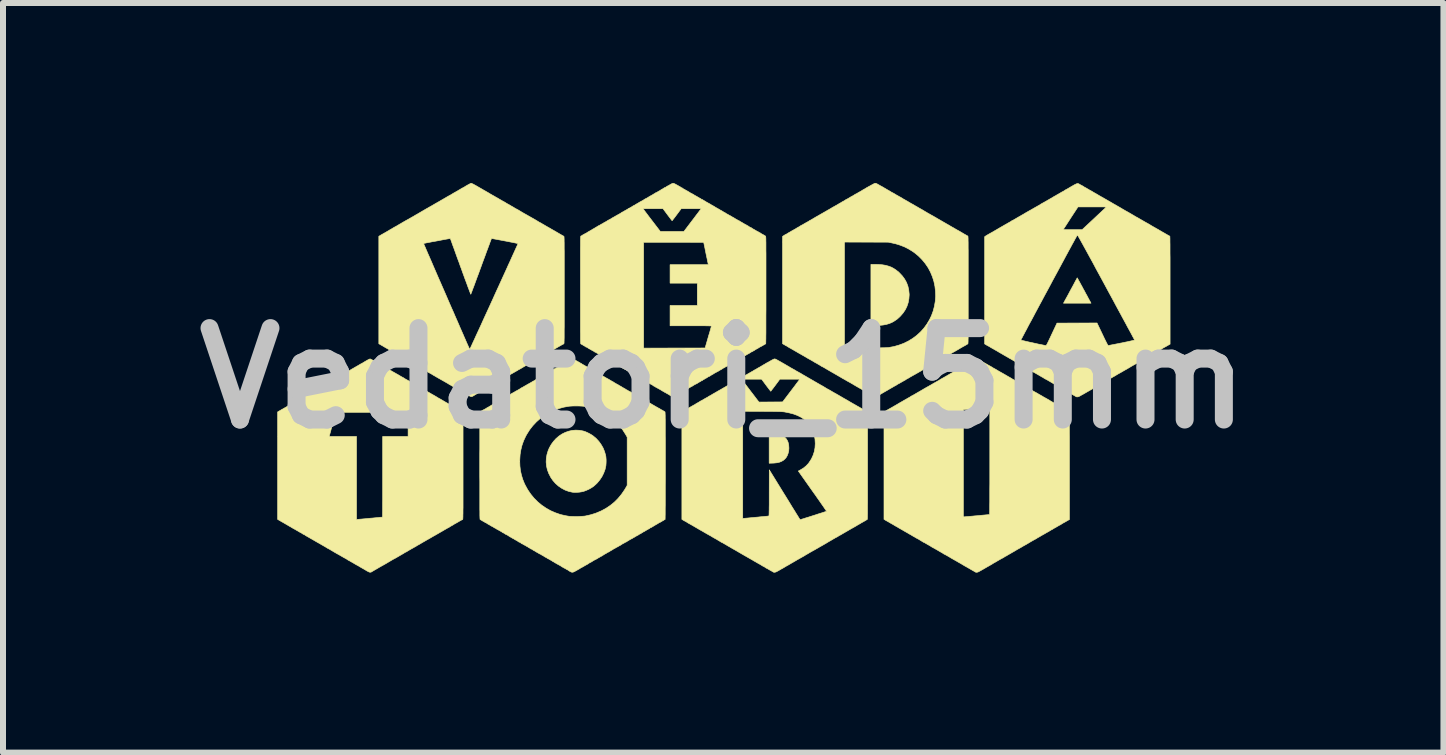
<source format=kicad_pcb>
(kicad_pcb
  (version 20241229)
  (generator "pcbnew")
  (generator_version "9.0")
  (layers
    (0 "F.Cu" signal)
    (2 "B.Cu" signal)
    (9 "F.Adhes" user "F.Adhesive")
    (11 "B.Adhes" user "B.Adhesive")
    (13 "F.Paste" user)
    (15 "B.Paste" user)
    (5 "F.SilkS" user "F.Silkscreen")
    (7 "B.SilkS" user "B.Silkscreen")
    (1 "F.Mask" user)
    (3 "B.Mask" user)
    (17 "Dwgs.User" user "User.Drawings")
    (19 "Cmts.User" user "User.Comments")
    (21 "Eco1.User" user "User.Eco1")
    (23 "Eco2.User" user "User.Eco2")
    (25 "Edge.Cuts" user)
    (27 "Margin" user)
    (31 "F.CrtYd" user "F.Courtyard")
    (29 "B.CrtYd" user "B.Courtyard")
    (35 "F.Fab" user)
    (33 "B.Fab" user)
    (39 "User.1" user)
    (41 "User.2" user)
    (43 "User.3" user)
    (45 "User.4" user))
  (footprint "Vedatori_15mm"
    (layer "F.Cu")
    (at 9.006 3.254)
    (property "Reference" "Vedatori_15mm" (at 0 0 0) (layer "Dwgs.User") (effects (font (size 1.524 1.524) (thickness 0.3))))
    (attr through_hole)
    (fp_poly (pts (xy 0.857 0.927) (xy 0.909 0.934) (xy 0.954 0.946) (xy 0.993 0.963) (xy 1.026 0.984) (xy 1.05 1.01) (xy 1.053 1.013) (xy 1.069 1.04) (xy 1.081 1.068) (xy 1.089 1.1) (xy 1.092 1.12) (xy 1.095 1.166) (xy 1.092 1.211) (xy 1.082 1.253) (xy 1.067 1.292) (xy 1.047 1.326) (xy 1.03 1.345) (xy 1.003 1.369) (xy 0.972 1.387) (xy 0.937 1.401) (xy 0.897 1.41) (xy 0.85 1.415) (xy 0.829 1.416) (xy 0.766 1.418) (xy 0.766 0.925) (xy 0.798 0.925) (xy 0.857 0.927)) (stroke (width 0.01) (type solid)) (fill yes) (layer "F.SilkS"))
    (fp_poly (pts (xy 2.525 -1.897) (xy 2.592 -1.895) (xy 2.653 -1.89) (xy 2.707 -1.881) (xy 2.757 -1.867) (xy 2.803 -1.85) (xy 2.845 -1.827) (xy 2.886 -1.799) (xy 2.927 -1.766) (xy 2.939 -1.754) (xy 2.985 -1.705) (xy 3.024 -1.652) (xy 3.055 -1.596) (xy 3.078 -1.536) (xy 3.092 -1.474) (xy 3.099 -1.409) (xy 3.1 -1.388) (xy 3.095 -1.322) (xy 3.083 -1.258) (xy 3.063 -1.198) (xy 3.035 -1.141) (xy 2.999 -1.087) (xy 2.955 -1.036) (xy 2.939 -1.02) (xy 2.899 -0.984) (xy 2.857 -0.955) (xy 2.814 -0.93) (xy 2.769 -0.911) (xy 2.719 -0.896) (xy 2.665 -0.886) (xy 2.605 -0.88) (xy 2.538 -0.878) (xy 2.527 -0.878) (xy 2.462 -0.878) (xy 2.462 -1.897) (xy 2.525 -1.897)) (stroke (width 0.01) (type solid)) (fill yes) (layer "F.SilkS"))
    (fp_poly (pts (xy 5.903 -1.669) (xy 5.909 -1.659) (xy 5.918 -1.643) (xy 5.93 -1.621) (xy 5.945 -1.594) (xy 5.961 -1.564) (xy 5.98 -1.53) (xy 5.999 -1.494) (xy 6.003 -1.486) (xy 6.024 -1.449) (xy 6.043 -1.412) (xy 6.062 -1.379) (xy 6.078 -1.348) (xy 6.092 -1.322) (xy 6.104 -1.3) (xy 6.113 -1.284) (xy 6.118 -1.275) (xy 6.118 -1.275) (xy 6.131 -1.25) (xy 5.672 -1.25) (xy 5.683 -1.268) (xy 5.687 -1.276) (xy 5.694 -1.29) (xy 5.705 -1.31) (xy 5.719 -1.335) (xy 5.735 -1.364) (xy 5.753 -1.397) (xy 5.772 -1.433) (xy 5.792 -1.471) (xy 5.797 -1.479) (xy 5.817 -1.516) (xy 5.836 -1.551) (xy 5.853 -1.583) (xy 5.868 -1.612) (xy 5.881 -1.635) (xy 5.891 -1.654) (xy 5.898 -1.666) (xy 5.901 -1.672) (xy 5.901 -1.673) (xy 5.903 -1.669)) (stroke (width 0.01) (type solid)) (fill yes) (layer "F.SilkS"))
    (fp_poly (pts (xy -2.398 0.869) (xy -2.337 0.88) (xy -2.329 0.882) (xy -2.301 0.891) (xy -2.269 0.905) (xy -2.236 0.921) (xy -2.204 0.939) (xy -2.176 0.957) (xy -2.168 0.963) (xy -2.118 1.005) (xy -2.073 1.054) (xy -2.035 1.107) (xy -2.002 1.164) (xy -1.978 1.224) (xy -1.96 1.286) (xy -1.956 1.309) (xy -1.954 1.332) (xy -1.952 1.36) (xy -1.952 1.391) (xy -1.953 1.421) (xy -1.955 1.448) (xy -1.956 1.461) (xy -1.97 1.523) (xy -1.993 1.584) (xy -2.022 1.642) (xy -2.058 1.696) (xy -2.1 1.747) (xy -2.147 1.791) (xy -2.168 1.808) (xy -2.202 1.83) (xy -2.241 1.852) (xy -2.282 1.87) (xy -2.321 1.885) (xy -2.34 1.89) (xy -2.369 1.896) (xy -2.404 1.901) (xy -2.439 1.903) (xy -2.474 1.904) (xy -2.504 1.902) (xy -2.515 1.901) (xy -2.577 1.887) (xy -2.637 1.865) (xy -2.693 1.835) (xy -2.746 1.799) (xy -2.795 1.756) (xy -2.838 1.707) (xy -2.876 1.652) (xy -2.878 1.647) (xy -2.909 1.587) (xy -2.932 1.525) (xy -2.946 1.462) (xy -2.952 1.399) (xy -2.949 1.335) (xy -2.938 1.272) (xy -2.919 1.209) (xy -2.899 1.162) (xy -2.866 1.104) (xy -2.828 1.052) (xy -2.785 1.005) (xy -2.738 0.965) (xy -2.687 0.931) (xy -2.633 0.904) (xy -2.576 0.884) (xy -2.518 0.871) (xy -2.458 0.866) (xy -2.398 0.869)) (stroke (width 0.01) (type solid)) (fill yes) (layer "F.SilkS"))
    (fp_poly (pts (xy -5.881 -0.319) (xy -5.869 -0.313) (xy -5.851 -0.304) (xy -5.83 -0.293) (xy -5.806 -0.279) (xy -5.796 -0.273) (xy -5.77 -0.258) (xy -5.744 -0.244) (xy -5.721 -0.23) (xy -5.702 -0.219) (xy -5.688 -0.211) (xy -5.685 -0.21) (xy -5.673 -0.203) (xy -5.655 -0.192) (xy -5.633 -0.18) (xy -5.608 -0.165) (xy -5.583 -0.15) (xy -5.578 -0.148) (xy -5.553 -0.133) (xy -5.53 -0.12) (xy -5.508 -0.107) (xy -5.491 -0.098) (xy -5.479 -0.091) (xy -5.478 -0.09) (xy -5.466 -0.084) (xy -5.45 -0.074) (xy -5.429 -0.063) (xy -5.407 -0.05) (xy -5.397 -0.044) (xy -5.377 -0.032) (xy -5.359 -0.022) (xy -5.345 -0.014) (xy -5.336 -0.009) (xy -5.334 -0.009) (xy -5.329 -0.006) (xy -5.321 -0.000368) (xy -5.321 -0.000212) (xy -5.311 0.006) (xy -5.297 0.015) (xy -5.287 0.02) (xy -5.273 0.028) (xy -5.254 0.038) (xy -5.234 0.05) (xy -5.226 0.055) (xy -5.21 0.064) (xy -5.197 0.071) (xy -5.189 0.076) (xy -5.186 0.077) (xy -5.182 0.079) (xy -5.173 0.085) (xy -5.162 0.092) (xy -5.15 0.1) (xy -5.14 0.105) (xy -5.136 0.107) (xy -5.131 0.109) (xy -5.121 0.115) (xy -5.105 0.124) (xy -5.087 0.134) (xy -5.08 0.139) (xy -5.041 0.162) (xy -5.003 0.184) (xy -4.969 0.204) (xy -4.946 0.216) (xy -4.933 0.223) (xy -4.916 0.233) (xy -4.895 0.245) (xy -4.871 0.259) (xy -4.847 0.273) (xy -4.823 0.286) (xy -4.801 0.299) (xy -4.782 0.31) (xy -4.768 0.319) (xy -4.76 0.324) (xy -4.76 0.324) (xy -4.75 0.33) (xy -4.744 0.334) (xy -4.742 0.334) (xy -4.738 0.336) (xy -4.728 0.342) (xy -4.713 0.35) (xy -4.694 0.361) (xy -4.685 0.367) (xy -4.662 0.38) (xy -4.637 0.395) (xy -4.614 0.408) (xy -4.596 0.418) (xy -4.594 0.419) (xy -4.582 0.426) (xy -4.57 0.433) (xy -4.555 0.441) (xy -4.538 0.451) (xy -4.517 0.463) (xy -4.492 0.477) (xy -4.462 0.495) (xy -4.425 0.516) (xy -4.388 0.538) (xy -4.372 0.547) (xy -4.357 0.555) (xy -4.347 0.561) (xy -4.344 0.562) (xy -4.343 0.563) (xy -4.343 0.564) (xy -4.342 0.567) (xy -4.341 0.571) (xy -4.341 0.577) (xy -4.34 0.585) (xy -4.34 0.595) (xy -4.339 0.609) (xy -4.339 0.626) (xy -4.338 0.646) (xy -4.338 0.67) (xy -4.338 0.698) (xy -4.338 0.731) (xy -4.337 0.769) (xy -4.337 0.812) (xy -4.337 0.861) (xy -4.337 0.915) (xy -4.337 0.976) (xy -4.337 1.044) (xy -4.337 1.118) (xy -4.337 1.2) (xy -4.337 1.289) (xy -4.337 1.387) (xy -4.337 1.459) (xy -4.337 1.562) (xy -4.337 1.657) (xy -4.337 1.744) (xy -4.337 1.824) (xy -4.337 1.896) (xy -4.337 1.961) (xy -4.337 2.02) (xy -4.337 2.073) (xy -4.337 2.12) (xy -4.337 2.161) (xy -4.338 2.198) (xy -4.338 2.229) (xy -4.338 2.256) (xy -4.339 2.279) (xy -4.339 2.298) (xy -4.339 2.314) (xy -4.34 2.326) (xy -4.34 2.336) (xy -4.341 2.344) (xy -4.341 2.349) (xy -4.342 2.352) (xy -4.343 2.355) (xy -4.344 2.356) (xy -4.344 2.356) (xy -4.348 2.358) (xy -4.355 2.361) (xy -4.365 2.366) (xy -4.379 2.374) (xy -4.399 2.385) (xy -4.424 2.4) (xy -4.442 2.41) (xy -4.458 2.419) (xy -4.47 2.426) (xy -4.479 2.43) (xy -4.48 2.431) (xy -4.487 2.435) (xy -4.491 2.438) (xy -4.498 2.443) (xy -4.51 2.45) (xy -4.521 2.456) (xy -4.537 2.465) (xy -4.553 2.474) (xy -4.561 2.48) (xy -4.572 2.487) (xy -4.579 2.491) (xy -4.581 2.492) (xy -4.586 2.494) (xy -4.596 2.499) (xy -4.611 2.508) (xy -4.629 2.518) (xy -4.633 2.52) (xy -4.67 2.542) (xy -4.701 2.56) (xy -4.726 2.574) (xy -4.746 2.586) (xy -4.762 2.595) (xy -4.774 2.602) (xy -4.782 2.606) (xy -4.793 2.613) (xy -4.809 2.622) (xy -4.829 2.633) (xy -4.85 2.645) (xy -4.853 2.647) (xy -4.874 2.659) (xy -4.894 2.671) (xy -4.912 2.681) (xy -4.926 2.689) (xy -4.927 2.689) (xy -4.938 2.695) (xy -4.954 2.705) (xy -4.975 2.717) (xy -4.998 2.73) (xy -5.022 2.744) (xy -5.044 2.757) (xy -5.064 2.769) (xy -5.08 2.778) (xy -5.092 2.784) (xy -5.097 2.787) (xy -5.097 2.787) (xy -5.103 2.79) (xy -5.107 2.793) (xy -5.114 2.798) (xy -5.126 2.805) (xy -5.137 2.812) (xy -5.152 2.819) (xy -5.17 2.83) (xy -5.19 2.841) (xy -5.199 2.846) (xy -5.215 2.855) (xy -5.228 2.863) (xy -5.236 2.867) (xy -5.238 2.868) (xy -5.242 2.871) (xy -5.251 2.876) (xy -5.262 2.883) (xy -5.275 2.891) (xy -5.285 2.897) (xy -5.289 2.898) (xy -5.295 2.901) (xy -5.305 2.906) (xy -5.316 2.913) (xy -5.328 2.921) (xy -5.337 2.927) (xy -5.34 2.928) (xy -5.344 2.93) (xy -5.354 2.936) (xy -5.369 2.945) (xy -5.389 2.956) (xy -5.41 2.969) (xy -5.411 2.969) (xy -5.433 2.982) (xy -5.452 2.993) (xy -5.468 3.002) (xy -5.478 3.007) (xy -5.483 3.01) (xy -5.483 3.01) (xy -5.487 3.012) (xy -5.497 3.017) (xy -5.509 3.024) (xy -5.525 3.033) (xy -5.545 3.045) (xy -5.569 3.059) (xy -5.594 3.074) (xy -5.619 3.089) (xy -5.642 3.102) (xy -5.663 3.114) (xy -5.678 3.122) (xy -5.683 3.125) (xy -5.696 3.132) (xy -5.713 3.142) (xy -5.735 3.154) (xy -5.758 3.168) (xy -5.782 3.182) (xy -5.805 3.195) (xy -5.827 3.208) (xy -5.844 3.218) (xy -5.856 3.225) (xy -5.86 3.228) (xy -5.87 3.233) (xy -5.88 3.235) (xy -5.891 3.235) (xy -5.904 3.231) (xy -5.921 3.223) (xy -5.943 3.211) (xy -5.961 3.2) (xy -5.983 3.187) (xy -6.002 3.176) (xy -6.018 3.167) (xy -6.029 3.161) (xy -6.032 3.159) (xy -6.042 3.153) (xy -6.055 3.146) (xy -6.064 3.14) (xy -6.079 3.131) (xy -6.092 3.124) (xy -6.098 3.12) (xy -6.107 3.116) (xy -6.121 3.108) (xy -6.139 3.098) (xy -6.159 3.086) (xy -6.165 3.082) (xy -6.186 3.07) (xy -6.208 3.058) (xy -6.226 3.047) (xy -6.24 3.04) (xy -6.242 3.039) (xy -6.256 3.031) (xy -6.267 3.024) (xy -6.272 3.02) (xy -6.279 3.015) (xy -6.281 3.014) (xy -6.286 3.012) (xy -6.296 3.006) (xy -6.31 2.998) (xy -6.322 2.992) (xy -6.396 2.949) (xy -6.432 2.929) (xy -6.447 2.921) (xy -6.465 2.91) (xy -6.485 2.899) (xy -6.504 2.887) (xy -6.522 2.877) (xy -6.535 2.869) (xy -6.542 2.865) (xy -6.551 2.859) (xy -6.565 2.851) (xy -6.58 2.843) (xy -6.58 2.843) (xy -6.596 2.835) (xy -6.609 2.827) (xy -6.619 2.821) (xy -6.625 2.817) (xy -6.638 2.809) (xy -6.656 2.799) (xy -6.678 2.786) (xy -6.703 2.772) (xy -6.721 2.761) (xy -6.75 2.745) (xy -6.78 2.728) (xy -6.809 2.711) (xy -6.835 2.696) (xy -6.856 2.684) (xy -6.863 2.68) (xy -6.884 2.668) (xy -6.905 2.656) (xy -6.924 2.645) (xy -6.938 2.637) (xy -6.952 2.629) (xy -6.966 2.621) (xy -6.973 2.615) (xy -6.982 2.609) (xy -6.989 2.607) (xy -6.994 2.605) (xy -7.005 2.599) (xy -7.016 2.592) (xy -7.027 2.584) (xy -7.036 2.579) (xy -7.04 2.577) (xy -7.044 2.575) (xy -7.054 2.57) (xy -7.068 2.562) (xy -7.079 2.555) (xy -7.104 2.541) (xy -7.123 2.53) (xy -7.136 2.522) (xy -7.146 2.517) (xy -7.152 2.513) (xy -7.157 2.511) (xy -7.16 2.509) (xy -7.17 2.504) (xy -7.181 2.497) (xy -7.184 2.495) (xy -7.189 2.493) (xy -7.195 2.489) (xy -7.204 2.483) (xy -7.217 2.476) (xy -7.233 2.467) (xy -7.253 2.455) (xy -7.279 2.44) (xy -7.31 2.422) (xy -7.348 2.4) (xy -7.37 2.388) (xy -7.386 2.378) (xy -7.402 2.369) (xy -7.413 2.363) (xy -7.414 2.362) (xy -7.428 2.354) (xy -7.428 0.972) (xy -6.568 0.972) (xy -6.113 0.972) (xy -6.113 2.355) (xy -6.101 2.355) (xy -6.095 2.354) (xy -6.08 2.353) (xy -6.059 2.351) (xy -6.032 2.349) (xy -6.001 2.346) (xy -5.965 2.343) (xy -5.926 2.339) (xy -5.886 2.335) (xy -5.845 2.332) (xy -5.807 2.328) (xy -5.772 2.325) (xy -5.742 2.322) (xy -5.717 2.319) (xy -5.697 2.318) (xy -5.685 2.317) (xy -5.68 2.316) (xy -5.68 2.316) (xy -5.68 2.312) (xy -5.679 2.3) (xy -5.679 2.28) (xy -5.679 2.252) (xy -5.678 2.219) (xy -5.678 2.178) (xy -5.678 2.132) (xy -5.678 2.081) (xy -5.677 2.025) (xy -5.677 1.964) (xy -5.677 1.9) (xy -5.677 1.831) (xy -5.677 1.76) (xy -5.677 1.686) (xy -5.677 1.644) (xy -5.677 0.972) (xy -5.253 0.972) (xy -5.253 0.569) (xy -5.856 0.569) (xy -6.458 0.569) (xy -6.511 0.761) (xy -6.521 0.8) (xy -6.532 0.837) (xy -6.541 0.871) (xy -6.549 0.901) (xy -6.556 0.926) (xy -6.561 0.945) (xy -6.564 0.957) (xy -6.566 0.962) (xy -6.568 0.972) (xy -7.428 0.972) (xy -7.428 0.563) (xy -7.403 0.548) (xy -7.387 0.539) (xy -7.367 0.527) (xy -7.348 0.516) (xy -7.346 0.516) (xy -7.328 0.505) (xy -7.305 0.492) (xy -7.283 0.48) (xy -7.277 0.476) (xy -7.244 0.457) (xy -7.218 0.441) (xy -7.198 0.429) (xy -7.181 0.42) (xy -7.169 0.412) (xy -7.158 0.407) (xy -7.15 0.402) (xy -7.142 0.397) (xy -7.141 0.397) (xy -7.125 0.388) (xy -7.11 0.38) (xy -7.102 0.375) (xy -7.094 0.37) (xy -7.08 0.362) (xy -7.062 0.351) (xy -7.041 0.339) (xy -7.019 0.326) (xy -6.997 0.313) (xy -6.976 0.302) (xy -6.96 0.292) (xy -6.95 0.287) (xy -6.941 0.282) (xy -6.925 0.273) (xy -6.905 0.261) (xy -6.879 0.247) (xy -6.85 0.23) (xy -6.819 0.212) (xy -6.785 0.192) (xy -6.751 0.172) (xy -6.717 0.152) (xy -6.693 0.138) (xy -6.666 0.123) (xy -6.641 0.109) (xy -6.619 0.096) (xy -6.601 0.086) (xy -6.588 0.078) (xy -6.583 0.076) (xy -6.572 0.069) (xy -6.555 0.06) (xy -6.537 0.049) (xy -6.527 0.043) (xy -6.507 0.032) (xy -6.483 0.018) (xy -6.458 0.003) (xy -6.439 -0.008) (xy -6.419 -0.019) (xy -6.394 -0.034) (xy -6.366 -0.05) (xy -6.337 -0.066) (xy -6.314 -0.08) (xy -6.291 -0.093) (xy -6.27 -0.105) (xy -6.254 -0.114) (xy -6.242 -0.121) (xy -6.236 -0.124) (xy -6.235 -0.124) (xy -6.231 -0.126) (xy -6.221 -0.132) (xy -6.211 -0.139) (xy -6.198 -0.147) (xy -6.18 -0.157) (xy -6.159 -0.169) (xy -6.144 -0.178) (xy -6.121 -0.191) (xy -6.104 -0.201) (xy -6.091 -0.208) (xy -6.08 -0.215) (xy -6.07 -0.22) (xy -6.06 -0.227) (xy -6.055 -0.23) (xy -6.042 -0.237) (xy -6.033 -0.242) (xy -6.029 -0.244) (xy -6.024 -0.246) (xy -6.015 -0.251) (xy -6.007 -0.256) (xy -5.979 -0.273) (xy -5.952 -0.289) (xy -5.929 -0.302) (xy -5.91 -0.312) (xy -5.896 -0.318) (xy -5.888 -0.321) (xy -5.887 -0.321) (xy -5.881 -0.319)) (stroke (width 0.01) (type solid)) (fill yes) (layer "F.SilkS"))
    (fp_poly (pts (xy 4.236 -0.32) (xy 4.246 -0.317) (xy 4.256 -0.311) (xy 4.258 -0.311) (xy 4.27 -0.303) (xy 4.287 -0.294) (xy 4.304 -0.285) (xy 4.304 -0.284) (xy 4.319 -0.276) (xy 4.332 -0.269) (xy 4.339 -0.263) (xy 4.34 -0.263) (xy 4.347 -0.258) (xy 4.35 -0.257) (xy 4.355 -0.255) (xy 4.365 -0.249) (xy 4.38 -0.241) (xy 4.392 -0.233) (xy 4.412 -0.222) (xy 4.431 -0.211) (xy 4.447 -0.202) (xy 4.454 -0.199) (xy 4.467 -0.191) (xy 4.478 -0.185) (xy 4.482 -0.182) (xy 4.489 -0.177) (xy 4.501 -0.17) (xy 4.512 -0.164) (xy 4.527 -0.156) (xy 4.545 -0.146) (xy 4.565 -0.134) (xy 4.574 -0.128) (xy 4.595 -0.116) (xy 4.618 -0.103) (xy 4.638 -0.092) (xy 4.645 -0.088) (xy 4.663 -0.078) (xy 4.685 -0.065) (xy 4.708 -0.052) (xy 4.718 -0.046) (xy 4.756 -0.024) (xy 4.788 -0.006) (xy 4.812 0.009) (xy 4.831 0.02) (xy 4.845 0.028) (xy 4.853 0.032) (xy 4.857 0.034) (xy 4.857 0.034) (xy 4.861 0.036) (xy 4.871 0.042) (xy 4.884 0.05) (xy 4.892 0.054) (xy 4.908 0.064) (xy 4.93 0.076) (xy 4.953 0.09) (xy 4.977 0.104) (xy 4.981 0.106) (xy 5.003 0.119) (xy 5.025 0.132) (xy 5.045 0.143) (xy 5.06 0.151) (xy 5.062 0.153) (xy 5.08 0.163) (xy 5.1 0.174) (xy 5.112 0.181) (xy 5.126 0.189) (xy 5.139 0.197) (xy 5.146 0.201) (xy 5.154 0.206) (xy 5.168 0.215) (xy 5.184 0.224) (xy 5.193 0.229) (xy 5.207 0.237) (xy 5.221 0.244) (xy 5.235 0.252) (xy 5.25 0.261) (xy 5.269 0.272) (xy 5.292 0.285) (xy 5.32 0.301) (xy 5.341 0.314) (xy 5.363 0.326) (xy 5.383 0.337) (xy 5.401 0.347) (xy 5.413 0.354) (xy 5.416 0.356) (xy 5.428 0.362) (xy 5.435 0.366) (xy 5.437 0.368) (xy 5.441 0.371) (xy 5.451 0.377) (xy 5.466 0.386) (xy 5.484 0.396) (xy 5.503 0.407) (xy 5.523 0.418) (xy 5.541 0.429) (xy 5.557 0.437) (xy 5.559 0.439) (xy 5.569 0.444) (xy 5.578 0.45) (xy 5.586 0.455) (xy 5.6 0.463) (xy 5.617 0.472) (xy 5.63 0.48) (xy 5.651 0.492) (xy 5.676 0.506) (xy 5.701 0.521) (xy 5.716 0.529) (xy 5.734 0.54) (xy 5.749 0.548) (xy 5.76 0.554) (xy 5.766 0.557) (xy 5.766 0.557) (xy 5.767 0.559) (xy 5.767 0.567) (xy 5.768 0.58) (xy 5.768 0.599) (xy 5.769 0.624) (xy 5.769 0.655) (xy 5.769 0.692) (xy 5.77 0.736) (xy 5.77 0.786) (xy 5.77 0.843) (xy 5.77 0.908) (xy 5.771 0.979) (xy 5.771 1.058) (xy 5.771 1.145) (xy 5.771 1.24) (xy 5.771 1.343) (xy 5.771 1.455) (xy 5.771 2.357) (xy 5.757 2.364) (xy 5.745 2.371) (xy 5.73 2.379) (xy 5.722 2.384) (xy 5.705 2.394) (xy 5.687 2.404) (xy 5.676 2.41) (xy 5.659 2.419) (xy 5.642 2.43) (xy 5.633 2.436) (xy 5.621 2.443) (xy 5.613 2.448) (xy 5.61 2.449) (xy 5.605 2.451) (xy 5.595 2.457) (xy 5.581 2.465) (xy 5.577 2.467) (xy 5.559 2.478) (xy 5.542 2.488) (xy 5.528 2.496) (xy 5.527 2.496) (xy 5.514 2.503) (xy 5.504 2.509) (xy 5.501 2.511) (xy 5.494 2.516) (xy 5.482 2.523) (xy 5.471 2.528) (xy 5.456 2.537) (xy 5.442 2.545) (xy 5.435 2.55) (xy 5.425 2.557) (xy 5.419 2.56) (xy 5.418 2.56) (xy 5.414 2.562) (xy 5.403 2.568) (xy 5.388 2.576) (xy 5.37 2.587) (xy 5.364 2.59) (xy 5.346 2.601) (xy 5.329 2.61) (xy 5.317 2.617) (xy 5.311 2.62) (xy 5.31 2.62) (xy 5.305 2.623) (xy 5.3 2.626) (xy 5.293 2.631) (xy 5.281 2.638) (xy 5.266 2.647) (xy 5.264 2.648) (xy 5.249 2.656) (xy 5.238 2.662) (xy 5.232 2.666) (xy 5.232 2.667) (xy 5.227 2.67) (xy 5.217 2.676) (xy 5.206 2.682) (xy 5.191 2.69) (xy 5.171 2.701) (xy 5.148 2.714) (xy 5.125 2.727) (xy 5.104 2.74) (xy 5.087 2.75) (xy 5.086 2.751) (xy 5.073 2.758) (xy 5.058 2.767) (xy 5.05 2.772) (xy 5.037 2.779) (xy 5.019 2.789) (xy 4.999 2.8) (xy 4.985 2.808) (xy 4.966 2.82) (xy 4.946 2.831) (xy 4.93 2.84) (xy 4.921 2.845) (xy 4.906 2.853) (xy 4.891 2.862) (xy 4.885 2.866) (xy 4.876 2.871) (xy 4.861 2.88) (xy 4.843 2.891) (xy 4.821 2.903) (xy 4.799 2.916) (xy 4.777 2.929) (xy 4.758 2.939) (xy 4.75 2.944) (xy 4.738 2.951) (xy 4.732 2.955) (xy 4.721 2.962) (xy 4.713 2.966) (xy 4.71 2.967) (xy 4.705 2.969) (xy 4.695 2.975) (xy 4.685 2.982) (xy 4.673 2.99) (xy 4.664 2.995) (xy 4.66 2.997) (xy 4.656 2.999) (xy 4.646 3.004) (xy 4.631 3.012) (xy 4.614 3.022) (xy 4.596 3.032) (xy 4.579 3.042) (xy 4.563 3.051) (xy 4.552 3.058) (xy 4.547 3.061) (xy 4.539 3.065) (xy 4.528 3.072) (xy 4.519 3.076) (xy 4.504 3.085) (xy 4.489 3.094) (xy 4.484 3.098) (xy 4.474 3.104) (xy 4.468 3.108) (xy 4.467 3.108) (xy 4.463 3.11) (xy 4.453 3.116) (xy 4.437 3.125) (xy 4.418 3.136) (xy 4.398 3.147) (xy 4.374 3.161) (xy 4.35 3.175) (xy 4.329 3.187) (xy 4.311 3.197) (xy 4.303 3.202) (xy 4.286 3.211) (xy 4.27 3.22) (xy 4.259 3.226) (xy 4.243 3.233) (xy 4.225 3.236) (xy 4.21 3.235) (xy 4.204 3.232) (xy 4.192 3.225) (xy 4.175 3.215) (xy 4.154 3.203) (xy 4.131 3.19) (xy 4.108 3.176) (xy 4.086 3.164) (xy 4.067 3.153) (xy 4.053 3.145) (xy 4.046 3.141) (xy 4.033 3.134) (xy 4.022 3.128) (xy 4.018 3.125) (xy 4.013 3.122) (xy 4.002 3.116) (xy 3.986 3.106) (xy 3.966 3.094) (xy 3.943 3.081) (xy 3.918 3.067) (xy 3.893 3.052) (xy 3.868 3.038) (xy 3.845 3.025) (xy 3.844 3.025) (xy 3.829 3.016) (xy 3.815 3.008) (xy 3.807 3.003) (xy 3.797 2.998) (xy 3.783 2.989) (xy 3.765 2.978) (xy 3.745 2.967) (xy 3.744 2.966) (xy 3.725 2.955) (xy 3.708 2.946) (xy 3.695 2.939) (xy 3.687 2.935) (xy 3.686 2.935) (xy 3.677 2.93) (xy 3.672 2.927) (xy 3.666 2.922) (xy 3.654 2.915) (xy 3.643 2.908) (xy 3.631 2.902) (xy 3.618 2.894) (xy 3.602 2.885) (xy 3.582 2.873) (xy 3.556 2.858) (xy 3.549 2.854) (xy 3.538 2.848) (xy 3.523 2.839) (xy 3.506 2.83) (xy 3.5 2.827) (xy 3.484 2.818) (xy 3.47 2.81) (xy 3.461 2.804) (xy 3.459 2.802) (xy 3.452 2.798) (xy 3.44 2.791) (xy 3.433 2.787) (xy 3.421 2.78) (xy 3.404 2.771) (xy 3.386 2.76) (xy 3.379 2.756) (xy 3.364 2.747) (xy 3.351 2.74) (xy 3.342 2.736) (xy 3.34 2.736) (xy 3.334 2.733) (xy 3.326 2.727) (xy 3.326 2.727) (xy 3.316 2.721) (xy 3.302 2.713) (xy 3.29 2.705) (xy 3.276 2.697) (xy 3.264 2.69) (xy 3.258 2.686) (xy 3.251 2.681) (xy 3.248 2.68) (xy 3.243 2.678) (xy 3.232 2.672) (xy 3.217 2.664) (xy 3.199 2.653) (xy 3.192 2.649) (xy 3.17 2.637) (xy 3.148 2.624) (xy 3.129 2.612) (xy 3.114 2.604) (xy 3.112 2.603) (xy 3.096 2.594) (xy 3.081 2.585) (xy 3.07 2.578) (xy 3.061 2.573) (xy 3.046 2.565) (xy 3.027 2.554) (xy 3.006 2.542) (xy 2.993 2.534) (xy 2.97 2.521) (xy 2.949 2.509) (xy 2.931 2.499) (xy 2.918 2.491) (xy 2.913 2.488) (xy 2.897 2.478) (xy 2.876 2.467) (xy 2.854 2.454) (xy 2.833 2.441) (xy 2.815 2.431) (xy 2.801 2.423) (xy 2.799 2.422) (xy 2.783 2.413) (xy 2.767 2.403) (xy 2.762 2.401) (xy 2.752 2.394) (xy 2.744 2.39) (xy 2.742 2.389) (xy 2.737 2.387) (xy 2.728 2.381) (xy 2.714 2.374) (xy 2.71 2.371) (xy 2.68 2.353) (xy 2.68 0.566) (xy 2.7 0.552) (xy 2.715 0.543) (xy 2.733 0.532) (xy 2.744 0.526) (xy 2.747 0.524) (xy 4.003 0.524) (xy 4.003 2.312) (xy 4.016 2.312) (xy 4.023 2.311) (xy 4.037 2.31) (xy 4.058 2.308) (xy 4.085 2.306) (xy 4.117 2.303) (xy 4.153 2.3) (xy 4.192 2.296) (xy 4.232 2.293) (xy 4.273 2.289) (xy 4.311 2.285) (xy 4.346 2.282) (xy 4.377 2.279) (xy 4.402 2.277) (xy 4.422 2.275) (xy 4.435 2.274) (xy 4.44 2.273) (xy 4.44 2.273) (xy 4.44 2.269) (xy 4.441 2.256) (xy 4.441 2.235) (xy 4.442 2.205) (xy 4.442 2.166) (xy 4.442 2.119) (xy 4.443 2.064) (xy 4.443 2) (xy 4.443 1.927) (xy 4.443 1.846) (xy 4.444 1.756) (xy 4.444 1.658) (xy 4.444 1.551) (xy 4.444 1.436) (xy 4.444 1.381) (xy 4.444 0.488) (xy 4.434 0.488) (xy 4.428 0.488) (xy 4.414 0.489) (xy 4.394 0.491) (xy 4.367 0.493) (xy 4.336 0.496) (xy 4.3 0.499) (xy 4.261 0.502) (xy 4.219 0.506) (xy 4.214 0.506) (xy 4.003 0.524) (xy 2.747 0.524) (xy 2.756 0.519) (xy 2.774 0.509) (xy 2.795 0.497) (xy 2.817 0.485) (xy 2.823 0.481) (xy 2.844 0.469) (xy 2.863 0.458) (xy 2.879 0.449) (xy 2.889 0.443) (xy 2.892 0.441) (xy 2.904 0.434) (xy 2.918 0.426) (xy 2.923 0.423) (xy 2.934 0.416) (xy 2.941 0.412) (xy 2.943 0.411) (xy 2.947 0.409) (xy 2.957 0.403) (xy 2.973 0.394) (xy 2.992 0.383) (xy 3.014 0.37) (xy 3.018 0.368) (xy 3.041 0.355) (xy 3.062 0.343) (xy 3.079 0.333) (xy 3.092 0.326) (xy 3.098 0.322) (xy 3.099 0.322) (xy 3.106 0.318) (xy 3.118 0.311) (xy 3.123 0.307) (xy 3.133 0.3) (xy 3.141 0.296) (xy 3.143 0.295) (xy 3.148 0.293) (xy 3.158 0.288) (xy 3.173 0.279) (xy 3.188 0.271) (xy 3.211 0.257) (xy 3.237 0.242) (xy 3.261 0.228) (xy 3.271 0.223) (xy 3.289 0.212) (xy 3.307 0.202) (xy 3.32 0.194) (xy 3.326 0.191) (xy 3.338 0.183) (xy 3.356 0.173) (xy 3.378 0.16) (xy 3.403 0.146) (xy 3.429 0.132) (xy 3.44 0.125) (xy 3.457 0.116) (xy 3.477 0.104) (xy 3.496 0.093) (xy 3.498 0.092) (xy 3.517 0.081) (xy 3.54 0.068) (xy 3.562 0.056) (xy 3.566 0.053) (xy 3.583 0.044) (xy 3.597 0.036) (xy 3.606 0.03) (xy 3.609 0.028) (xy 3.616 0.023) (xy 3.628 0.016) (xy 3.639 0.01) (xy 3.684 -0.015) (xy 3.733 -0.043) (xy 3.76 -0.059) (xy 3.776 -0.068) (xy 3.789 -0.076) (xy 3.797 -0.08) (xy 3.799 -0.081) (xy 3.804 -0.084) (xy 3.813 -0.089) (xy 3.824 -0.096) (xy 3.836 -0.104) (xy 3.846 -0.11) (xy 3.85 -0.111) (xy 3.855 -0.114) (xy 3.865 -0.119) (xy 3.872 -0.124) (xy 3.883 -0.131) (xy 3.891 -0.136) (xy 3.894 -0.137) (xy 3.899 -0.139) (xy 3.909 -0.145) (xy 3.923 -0.153) (xy 3.932 -0.158) (xy 3.95 -0.169) (xy 3.969 -0.18) (xy 3.985 -0.188) (xy 3.989 -0.19) (xy 4.001 -0.197) (xy 4.01 -0.203) (xy 4.014 -0.205) (xy 4.018 -0.209) (xy 4.028 -0.215) (xy 4.038 -0.22) (xy 4.053 -0.228) (xy 4.067 -0.236) (xy 4.074 -0.24) (xy 4.081 -0.245) (xy 4.095 -0.253) (xy 4.114 -0.264) (xy 4.135 -0.276) (xy 4.151 -0.285) (xy 4.177 -0.3) (xy 4.197 -0.31) (xy 4.213 -0.317) (xy 4.226 -0.32) (xy 4.236 -0.32)) (stroke (width 0.01) (type solid)) (fill yes) (layer "F.SilkS"))
    (fp_poly (pts (xy 2.546 -3.247) (xy 2.56 -3.242) (xy 2.572 -3.235) (xy 2.59 -3.225) (xy 2.609 -3.214) (xy 2.619 -3.208) (xy 2.634 -3.2) (xy 2.646 -3.194) (xy 2.658 -3.187) (xy 2.672 -3.179) (xy 2.69 -3.168) (xy 2.706 -3.159) (xy 2.724 -3.148) (xy 2.741 -3.138) (xy 2.755 -3.13) (xy 2.761 -3.127) (xy 2.773 -3.12) (xy 2.782 -3.115) (xy 2.783 -3.114) (xy 2.79 -3.109) (xy 2.802 -3.102) (xy 2.815 -3.095) (xy 2.829 -3.088) (xy 2.849 -3.077) (xy 2.869 -3.065) (xy 2.883 -3.056) (xy 2.904 -3.045) (xy 2.924 -3.033) (xy 2.942 -3.023) (xy 2.952 -3.018) (xy 2.966 -3.01) (xy 2.978 -3.003) (xy 2.984 -2.999) (xy 2.991 -2.994) (xy 3.003 -2.987) (xy 3.014 -2.981) (xy 3.028 -2.973) (xy 3.047 -2.962) (xy 3.067 -2.951) (xy 3.076 -2.946) (xy 3.1 -2.931) (xy 3.121 -2.919) (xy 3.142 -2.907) (xy 3.167 -2.894) (xy 3.179 -2.886) (xy 3.194 -2.878) (xy 3.198 -2.875) (xy 3.208 -2.869) (xy 3.216 -2.865) (xy 3.217 -2.864) (xy 3.222 -2.862) (xy 3.231 -2.857) (xy 3.238 -2.852) (xy 3.252 -2.844) (xy 3.267 -2.835) (xy 3.271 -2.833) (xy 3.284 -2.826) (xy 3.301 -2.816) (xy 3.321 -2.805) (xy 3.341 -2.793) (xy 3.359 -2.782) (xy 3.374 -2.773) (xy 3.385 -2.767) (xy 3.387 -2.766) (xy 3.396 -2.76) (xy 3.41 -2.752) (xy 3.423 -2.744) (xy 3.437 -2.737) (xy 3.456 -2.726) (xy 3.477 -2.714) (xy 3.496 -2.704) (xy 3.516 -2.692) (xy 3.538 -2.68) (xy 3.556 -2.669) (xy 3.568 -2.662) (xy 3.581 -2.654) (xy 3.6 -2.644) (xy 3.621 -2.631) (xy 3.644 -2.618) (xy 3.652 -2.614) (xy 3.673 -2.601) (xy 3.693 -2.59) (xy 3.71 -2.58) (xy 3.722 -2.573) (xy 3.725 -2.571) (xy 3.736 -2.565) (xy 3.752 -2.556) (xy 3.77 -2.546) (xy 3.787 -2.535) (xy 3.802 -2.527) (xy 3.81 -2.522) (xy 3.816 -2.518) (xy 3.828 -2.512) (xy 3.844 -2.503) (xy 3.862 -2.492) (xy 3.864 -2.491) (xy 3.895 -2.473) (xy 3.921 -2.459) (xy 3.944 -2.446) (xy 3.964 -2.434) (xy 3.983 -2.423) (xy 4.005 -2.41) (xy 4.018 -2.402) (xy 4.038 -2.391) (xy 4.055 -2.381) (xy 4.068 -2.374) (xy 4.076 -2.37) (xy 4.077 -2.369) (xy 4.078 -2.368) (xy 4.079 -2.366) (xy 4.08 -2.363) (xy 4.08 -2.357) (xy 4.081 -2.35) (xy 4.081 -2.34) (xy 4.082 -2.327) (xy 4.082 -2.311) (xy 4.082 -2.291) (xy 4.083 -2.267) (xy 4.083 -2.239) (xy 4.083 -2.207) (xy 4.083 -2.169) (xy 4.084 -2.127) (xy 4.084 -2.078) (xy 4.084 -2.024) (xy 4.084 -1.964) (xy 4.084 -1.897) (xy 4.084 -1.823) (xy 4.084 -1.742) (xy 4.084 -1.653) (xy 4.084 -1.556) (xy 4.084 -1.47) (xy 4.084 -1.367) (xy 4.084 -1.272) (xy 4.084 -1.185) (xy 4.084 -1.105) (xy 4.084 -1.033) (xy 4.084 -0.967) (xy 4.084 -0.908) (xy 4.084 -0.855) (xy 4.084 -0.808) (xy 4.084 -0.766) (xy 4.083 -0.73) (xy 4.083 -0.698) (xy 4.083 -0.671) (xy 4.082 -0.648) (xy 4.082 -0.629) (xy 4.082 -0.613) (xy 4.081 -0.601) (xy 4.081 -0.591) (xy 4.08 -0.583) (xy 4.08 -0.578) (xy 4.079 -0.574) (xy 4.078 -0.572) (xy 4.077 -0.571) (xy 4.077 -0.571) (xy 4.069 -0.567) (xy 4.057 -0.56) (xy 4.048 -0.554) (xy 4.034 -0.546) (xy 4.022 -0.539) (xy 4.016 -0.536) (xy 4.005 -0.53) (xy 3.992 -0.523) (xy 3.99 -0.522) (xy 3.979 -0.515) (xy 3.963 -0.506) (xy 3.947 -0.497) (xy 3.932 -0.488) (xy 3.913 -0.476) (xy 3.891 -0.464) (xy 3.871 -0.452) (xy 3.853 -0.442) (xy 3.837 -0.433) (xy 3.826 -0.427) (xy 3.821 -0.424) (xy 3.82 -0.424) (xy 3.816 -0.422) (xy 3.807 -0.416) (xy 3.807 -0.416) (xy 3.797 -0.409) (xy 3.782 -0.401) (xy 3.772 -0.395) (xy 3.76 -0.389) (xy 3.743 -0.379) (xy 3.722 -0.367) (xy 3.699 -0.353) (xy 3.685 -0.345) (xy 3.664 -0.333) (xy 3.646 -0.323) (xy 3.632 -0.315) (xy 3.623 -0.31) (xy 3.62 -0.308) (xy 3.615 -0.306) (xy 3.606 -0.3) (xy 3.595 -0.293) (xy 3.583 -0.285) (xy 3.574 -0.28) (xy 3.57 -0.278) (xy 3.565 -0.276) (xy 3.554 -0.271) (xy 3.541 -0.263) (xy 3.535 -0.26) (xy 3.519 -0.25) (xy 3.497 -0.237) (xy 3.475 -0.224) (xy 3.457 -0.214) (xy 3.437 -0.203) (xy 3.419 -0.192) (xy 3.404 -0.183) (xy 3.395 -0.178) (xy 3.386 -0.172) (xy 3.372 -0.164) (xy 3.353 -0.153) (xy 3.331 -0.141) (xy 3.314 -0.131) (xy 3.29 -0.117) (xy 3.266 -0.103) (xy 3.245 -0.091) (xy 3.228 -0.081) (xy 3.219 -0.077) (xy 3.203 -0.067) (xy 3.183 -0.056) (xy 3.161 -0.044) (xy 3.151 -0.038) (xy 3.131 -0.027) (xy 3.112 -0.016) (xy 3.096 -0.006) (xy 3.089 -0.002) (xy 3.075 0.006) (xy 3.064 0.012) (xy 3.058 0.015) (xy 3.05 0.018) (xy 3.048 0.021) (xy 3.045 0.024) (xy 3.036 0.03) (xy 3.032 0.032) (xy 3.022 0.037) (xy 3.007 0.046) (xy 2.988 0.056) (xy 2.968 0.068) (xy 2.966 0.069) (xy 2.947 0.08) (xy 2.931 0.089) (xy 2.919 0.095) (xy 2.913 0.098) (xy 2.912 0.098) (xy 2.907 0.101) (xy 2.903 0.104) (xy 2.896 0.109) (xy 2.884 0.117) (xy 2.873 0.123) (xy 2.858 0.131) (xy 2.84 0.141) (xy 2.82 0.153) (xy 2.811 0.158) (xy 2.766 0.184) (xy 2.727 0.207) (xy 2.693 0.226) (xy 2.666 0.242) (xy 2.645 0.254) (xy 2.632 0.262) (xy 2.626 0.265) (xy 2.617 0.271) (xy 2.603 0.279) (xy 2.587 0.288) (xy 2.582 0.29) (xy 2.557 0.303) (xy 2.535 0.308) (xy 2.519 0.306) (xy 2.513 0.304) (xy 2.491 0.291) (xy 2.469 0.278) (xy 2.448 0.266) (xy 2.429 0.256) (xy 2.414 0.247) (xy 2.403 0.242) (xy 2.399 0.24) (xy 2.394 0.237) (xy 2.384 0.231) (xy 2.378 0.227) (xy 2.368 0.219) (xy 2.36 0.215) (xy 2.358 0.214) (xy 2.353 0.212) (xy 2.343 0.206) (xy 2.329 0.199) (xy 2.328 0.198) (xy 2.314 0.189) (xy 2.295 0.178) (xy 2.273 0.166) (xy 2.251 0.153) (xy 2.245 0.15) (xy 2.224 0.138) (xy 2.205 0.127) (xy 2.189 0.117) (xy 2.177 0.111) (xy 2.175 0.109) (xy 2.162 0.101) (xy 2.147 0.092) (xy 2.138 0.088) (xy 2.126 0.08) (xy 2.108 0.07) (xy 2.088 0.059) (xy 2.075 0.052) (xy 2.054 0.04) (xy 2.032 0.027) (xy 2.013 0.016) (xy 2.003 0.011) (xy 1.987 0.002) (xy 1.967 -0.01) (xy 1.945 -0.023) (xy 1.926 -0.034) (xy 1.905 -0.046) (xy 1.885 -0.058) (xy 1.867 -0.068) (xy 1.855 -0.075) (xy 1.84 -0.084) (xy 1.821 -0.094) (xy 1.803 -0.105) (xy 1.801 -0.106) (xy 1.784 -0.116) (xy 1.766 -0.126) (xy 1.752 -0.135) (xy 1.751 -0.135) (xy 1.739 -0.142) (xy 1.722 -0.152) (xy 1.703 -0.163) (xy 1.692 -0.17) (xy 1.676 -0.179) (xy 1.662 -0.187) (xy 1.652 -0.191) (xy 1.649 -0.193) (xy 1.643 -0.195) (xy 1.635 -0.201) (xy 1.635 -0.201) (xy 1.625 -0.207) (xy 1.611 -0.216) (xy 1.599 -0.223) (xy 1.585 -0.231) (xy 1.573 -0.238) (xy 1.567 -0.242) (xy 1.56 -0.247) (xy 1.556 -0.248) (xy 1.552 -0.25) (xy 1.541 -0.256) (xy 1.526 -0.264) (xy 1.509 -0.275) (xy 1.508 -0.276) (xy 1.488 -0.287) (xy 1.468 -0.299) (xy 1.451 -0.308) (xy 1.441 -0.314) (xy 1.426 -0.322) (xy 1.408 -0.332) (xy 1.39 -0.343) (xy 1.387 -0.345) (xy 1.368 -0.356) (xy 1.346 -0.369) (xy 1.324 -0.381) (xy 1.316 -0.386) (xy 1.279 -0.407) (xy 1.247 -0.425) (xy 1.217 -0.443) (xy 1.185 -0.461) (xy 1.184 -0.462) (xy 1.163 -0.474) (xy 1.14 -0.487) (xy 1.12 -0.499) (xy 1.113 -0.502) (xy 1.108 -0.505) (xy 2.021 -0.505) (xy 2.366 -0.505) (xy 2.433 -0.505) (xy 2.492 -0.505) (xy 2.543 -0.506) (xy 2.587 -0.506) (xy 2.625 -0.506) (xy 2.657 -0.507) (xy 2.684 -0.507) (xy 2.707 -0.508) (xy 2.725 -0.509) (xy 2.74 -0.51) (xy 2.751 -0.511) (xy 2.757 -0.511) (xy 2.845 -0.527) (xy 2.929 -0.551) (xy 3.01 -0.581) (xy 3.087 -0.619) (xy 3.159 -0.663) (xy 3.226 -0.713) (xy 3.288 -0.77) (xy 3.344 -0.832) (xy 3.394 -0.9) (xy 3.438 -0.973) (xy 3.471 -1.041) (xy 3.5 -1.12) (xy 3.521 -1.2) (xy 3.535 -1.283) (xy 3.541 -1.366) (xy 3.538 -1.449) (xy 3.529 -1.531) (xy 3.512 -1.612) (xy 3.487 -1.691) (xy 3.455 -1.768) (xy 3.416 -1.841) (xy 3.369 -1.91) (xy 3.367 -1.913) (xy 3.312 -1.979) (xy 3.252 -2.039) (xy 3.187 -2.092) (xy 3.151 -2.117) (xy 3.085 -2.157) (xy 3.019 -2.19) (xy 2.949 -2.217) (xy 2.875 -2.24) (xy 2.808 -2.255) (xy 2.751 -2.267) (xy 2.021 -2.269) (xy 2.021 -0.505) (xy 1.108 -0.505) (xy 1.096 -0.512) (xy 1.081 -0.521) (xy 1.069 -0.528) (xy 1.068 -0.53) (xy 1.058 -0.536) (xy 1.052 -0.539) (xy 1.051 -0.539) (xy 1.046 -0.541) (xy 1.036 -0.547) (xy 1.023 -0.555) (xy 1.019 -0.557) (xy 0.989 -0.575) (xy 0.989 -2.363) (xy 1.007 -2.375) (xy 1.022 -2.385) (xy 1.039 -2.395) (xy 1.048 -2.399) (xy 1.062 -2.406) (xy 1.072 -2.412) (xy 1.076 -2.415) (xy 1.081 -2.419) (xy 1.092 -2.425) (xy 1.108 -2.434) (xy 1.127 -2.445) (xy 1.147 -2.457) (xy 1.167 -2.468) (xy 1.185 -2.478) (xy 1.199 -2.486) (xy 1.209 -2.491) (xy 1.215 -2.496) (xy 1.216 -2.496) (xy 1.22 -2.499) (xy 1.23 -2.505) (xy 1.244 -2.513) (xy 1.248 -2.515) (xy 1.264 -2.524) (xy 1.278 -2.532) (xy 1.287 -2.539) (xy 1.288 -2.539) (xy 1.296 -2.545) (xy 1.302 -2.547) (xy 1.306 -2.549) (xy 1.317 -2.555) (xy 1.332 -2.563) (xy 1.35 -2.574) (xy 1.352 -2.575) (xy 1.371 -2.586) (xy 1.387 -2.595) (xy 1.4 -2.602) (xy 1.407 -2.606) (xy 1.407 -2.606) (xy 1.415 -2.61) (xy 1.427 -2.617) (xy 1.432 -2.621) (xy 1.442 -2.628) (xy 1.45 -2.632) (xy 1.452 -2.633) (xy 1.458 -2.635) (xy 1.468 -2.641) (xy 1.478 -2.647) (xy 1.49 -2.654) (xy 1.506 -2.664) (xy 1.527 -2.676) (xy 1.55 -2.69) (xy 1.567 -2.699) (xy 1.591 -2.713) (xy 1.614 -2.726) (xy 1.636 -2.739) (xy 1.653 -2.748) (xy 1.661 -2.753) (xy 1.678 -2.763) (xy 1.698 -2.774) (xy 1.719 -2.786) (xy 1.727 -2.791) (xy 1.748 -2.803) (xy 1.771 -2.816) (xy 1.792 -2.828) (xy 1.798 -2.832) (xy 1.818 -2.844) (xy 1.841 -2.857) (xy 1.862 -2.868) (xy 1.862 -2.869) (xy 1.883 -2.88) (xy 1.905 -2.893) (xy 1.925 -2.905) (xy 1.925 -2.905) (xy 1.94 -2.914) (xy 1.951 -2.92) (xy 1.958 -2.924) (xy 1.959 -2.924) (xy 1.965 -2.927) (xy 1.969 -2.93) (xy 1.976 -2.935) (xy 1.988 -2.942) (xy 1.999 -2.948) (xy 2.015 -2.956) (xy 2.029 -2.965) (xy 2.036 -2.97) (xy 2.045 -2.976) (xy 2.052 -2.98) (xy 2.053 -2.98) (xy 2.057 -2.982) (xy 2.068 -2.987) (xy 2.083 -2.996) (xy 2.101 -3.006) (xy 2.107 -3.01) (xy 2.125 -3.021) (xy 2.141 -3.03) (xy 2.153 -3.036) (xy 2.159 -3.039) (xy 2.159 -3.04) (xy 2.164 -3.042) (xy 2.173 -3.047) (xy 2.184 -3.055) (xy 2.196 -3.062) (xy 2.206 -3.068) (xy 2.21 -3.07) (xy 2.215 -3.072) (xy 2.225 -3.077) (xy 2.232 -3.081) (xy 2.246 -3.09) (xy 2.263 -3.1) (xy 2.273 -3.105) (xy 2.29 -3.114) (xy 2.306 -3.124) (xy 2.314 -3.129) (xy 2.328 -3.138) (xy 2.344 -3.147) (xy 2.355 -3.153) (xy 2.367 -3.16) (xy 2.377 -3.165) (xy 2.38 -3.168) (xy 2.385 -3.172) (xy 2.395 -3.177) (xy 2.401 -3.18) (xy 2.411 -3.186) (xy 2.427 -3.195) (xy 2.446 -3.205) (xy 2.467 -3.217) (xy 2.471 -3.219) (xy 2.495 -3.232) (xy 2.514 -3.242) (xy 2.529 -3.248) (xy 2.536 -3.249) (xy 2.546 -3.247)) (stroke (width 0.01) (type solid)) (fill yes) (layer "F.SilkS"))
    (fp_poly (pts (xy -4.194 -3.247) (xy -4.182 -3.241) (xy -4.164 -3.233) (xy -4.143 -3.221) (xy -4.119 -3.208) (xy -4.109 -3.202) (xy -4.083 -3.187) (xy -4.057 -3.172) (xy -4.034 -3.159) (xy -4.015 -3.148) (xy -4.001 -3.14) (xy -3.999 -3.138) (xy -3.986 -3.131) (xy -3.968 -3.121) (xy -3.946 -3.108) (xy -3.921 -3.094) (xy -3.896 -3.079) (xy -3.892 -3.076) (xy -3.867 -3.062) (xy -3.843 -3.048) (xy -3.821 -3.036) (xy -3.804 -3.026) (xy -3.793 -3.019) (xy -3.791 -3.018) (xy -3.78 -3.012) (xy -3.763 -3.003) (xy -3.743 -2.991) (xy -3.721 -2.978) (xy -3.71 -2.972) (xy -3.69 -2.96) (xy -3.672 -2.95) (xy -3.658 -2.942) (xy -3.65 -2.938) (xy -3.647 -2.937) (xy -3.642 -2.934) (xy -3.634 -2.929) (xy -3.634 -2.929) (xy -3.624 -2.922) (xy -3.61 -2.914) (xy -3.6 -2.908) (xy -3.586 -2.9) (xy -3.567 -2.89) (xy -3.548 -2.879) (xy -3.539 -2.873) (xy -3.523 -2.864) (xy -3.51 -2.857) (xy -3.502 -2.852) (xy -3.5 -2.851) (xy -3.496 -2.849) (xy -3.487 -2.843) (xy -3.476 -2.836) (xy -3.463 -2.828) (xy -3.454 -2.823) (xy -3.449 -2.821) (xy -3.444 -2.819) (xy -3.434 -2.813) (xy -3.419 -2.805) (xy -3.4 -2.794) (xy -3.394 -2.79) (xy -3.354 -2.766) (xy -3.316 -2.744) (xy -3.282 -2.725) (xy -3.259 -2.712) (xy -3.247 -2.705) (xy -3.229 -2.695) (xy -3.208 -2.683) (xy -3.185 -2.67) (xy -3.16 -2.656) (xy -3.136 -2.642) (xy -3.114 -2.629) (xy -3.096 -2.618) (xy -3.082 -2.609) (xy -3.074 -2.605) (xy -3.074 -2.604) (xy -3.064 -2.598) (xy -3.057 -2.595) (xy -3.056 -2.594) (xy -3.051 -2.592) (xy -3.041 -2.587) (xy -3.026 -2.578) (xy -3.008 -2.567) (xy -2.998 -2.562) (xy -2.975 -2.548) (xy -2.951 -2.534) (xy -2.928 -2.521) (xy -2.909 -2.51) (xy -2.907 -2.509) (xy -2.896 -2.503) (xy -2.883 -2.496) (xy -2.869 -2.487) (xy -2.851 -2.477) (xy -2.831 -2.465) (xy -2.805 -2.451) (xy -2.775 -2.433) (xy -2.739 -2.412) (xy -2.701 -2.39) (xy -2.685 -2.381) (xy -2.671 -2.373) (xy -2.661 -2.368) (xy -2.658 -2.366) (xy -2.657 -2.366) (xy -2.656 -2.364) (xy -2.655 -2.362) (xy -2.654 -2.358) (xy -2.654 -2.352) (xy -2.653 -2.344) (xy -2.653 -2.333) (xy -2.652 -2.319) (xy -2.652 -2.303) (xy -2.652 -2.282) (xy -2.651 -2.258) (xy -2.651 -2.23) (xy -2.651 -2.197) (xy -2.651 -2.159) (xy -2.65 -2.116) (xy -2.65 -2.068) (xy -2.65 -2.013) (xy -2.65 -1.952) (xy -2.65 -1.885) (xy -2.65 -1.81) (xy -2.65 -1.728) (xy -2.65 -1.639) (xy -2.65 -1.542) (xy -2.65 -1.469) (xy -2.65 -1.366) (xy -2.65 -1.271) (xy -2.65 -1.184) (xy -2.65 -1.105) (xy -2.65 -1.032) (xy -2.65 -0.967) (xy -2.65 -0.908) (xy -2.65 -0.855) (xy -2.651 -0.808) (xy -2.651 -0.767) (xy -2.651 -0.731) (xy -2.651 -0.699) (xy -2.651 -0.672) (xy -2.652 -0.649) (xy -2.652 -0.63) (xy -2.653 -0.614) (xy -2.653 -0.602) (xy -2.653 -0.592) (xy -2.654 -0.585) (xy -2.655 -0.579) (xy -2.655 -0.576) (xy -2.656 -0.574) (xy -2.657 -0.573) (xy -2.658 -0.572) (xy -2.662 -0.57) (xy -2.668 -0.567) (xy -2.678 -0.562) (xy -2.693 -0.554) (xy -2.712 -0.543) (xy -2.737 -0.529) (xy -2.756 -0.518) (xy -2.771 -0.509) (xy -2.784 -0.502) (xy -2.792 -0.498) (xy -2.793 -0.497) (xy -2.8 -0.493) (xy -2.804 -0.49) (xy -2.811 -0.486) (xy -2.823 -0.479) (xy -2.834 -0.473) (xy -2.85 -0.464) (xy -2.866 -0.454) (xy -2.874 -0.448) (xy -2.885 -0.442) (xy -2.892 -0.437) (xy -2.894 -0.437) (xy -2.899 -0.435) (xy -2.909 -0.429) (xy -2.924 -0.421) (xy -2.942 -0.41) (xy -2.946 -0.408) (xy -2.984 -0.386) (xy -3.015 -0.368) (xy -3.04 -0.354) (xy -3.06 -0.342) (xy -3.075 -0.333) (xy -3.087 -0.326) (xy -3.095 -0.322) (xy -3.106 -0.316) (xy -3.123 -0.306) (xy -3.142 -0.295) (xy -3.163 -0.283) (xy -3.166 -0.281) (xy -3.187 -0.269) (xy -3.208 -0.257) (xy -3.226 -0.247) (xy -3.239 -0.24) (xy -3.24 -0.239) (xy -3.251 -0.233) (xy -3.268 -0.223) (xy -3.288 -0.211) (xy -3.312 -0.198) (xy -3.335 -0.184) (xy -3.357 -0.171) (xy -3.377 -0.159) (xy -3.393 -0.15) (xy -3.405 -0.144) (xy -3.41 -0.141) (xy -3.41 -0.141) (xy -3.416 -0.139) (xy -3.42 -0.135) (xy -3.428 -0.13) (xy -3.44 -0.123) (xy -3.451 -0.117) (xy -3.465 -0.109) (xy -3.484 -0.098) (xy -3.503 -0.087) (xy -3.512 -0.082) (xy -3.528 -0.073) (xy -3.541 -0.066) (xy -3.549 -0.061) (xy -3.551 -0.06) (xy -3.555 -0.058) (xy -3.564 -0.052) (xy -3.575 -0.045) (xy -3.588 -0.037) (xy -3.598 -0.032) (xy -3.603 -0.03) (xy -3.608 -0.028) (xy -3.618 -0.022) (xy -3.629 -0.015) (xy -3.641 -0.007) (xy -3.65 -0.002) (xy -3.653 0) (xy -3.657 0.002) (xy -3.667 0.008) (xy -3.683 0.017) (xy -3.702 0.028) (xy -3.724 0.04) (xy -3.724 0.041) (xy -3.746 0.053) (xy -3.766 0.065) (xy -3.781 0.073) (xy -3.792 0.079) (xy -3.796 0.081) (xy -3.796 0.081) (xy -3.801 0.083) (xy -3.81 0.089) (xy -3.822 0.096) (xy -3.838 0.105) (xy -3.858 0.117) (xy -3.882 0.131) (xy -3.907 0.146) (xy -3.932 0.16) (xy -3.956 0.174) (xy -3.976 0.185) (xy -3.991 0.194) (xy -3.996 0.197) (xy -4.009 0.204) (xy -4.027 0.214) (xy -4.048 0.226) (xy -4.071 0.24) (xy -4.095 0.253) (xy -4.119 0.267) (xy -4.14 0.279) (xy -4.157 0.29) (xy -4.169 0.297) (xy -4.173 0.299) (xy -4.183 0.305) (xy -4.193 0.307) (xy -4.204 0.307) (xy -4.218 0.302) (xy -4.235 0.294) (xy -4.257 0.282) (xy -4.275 0.272) (xy -4.296 0.259) (xy -4.315 0.248) (xy -4.331 0.239) (xy -4.342 0.232) (xy -4.345 0.23) (xy -4.355 0.225) (xy -4.368 0.217) (xy -4.377 0.212) (xy -4.392 0.203) (xy -4.405 0.195) (xy -4.412 0.192) (xy -4.42 0.187) (xy -4.434 0.18) (xy -4.452 0.169) (xy -4.472 0.158) (xy -4.478 0.154) (xy -4.5 0.142) (xy -4.521 0.13) (xy -4.539 0.119) (xy -4.553 0.111) (xy -4.555 0.11) (xy -4.569 0.103) (xy -4.58 0.095) (xy -4.585 0.092) (xy -4.592 0.087) (xy -4.594 0.086) (xy -4.599 0.084) (xy -4.609 0.078) (xy -4.623 0.07) (xy -4.635 0.063) (xy -4.709 0.021) (xy -4.745 0.001) (xy -4.76 -0.008) (xy -4.778 -0.018) (xy -4.798 -0.03) (xy -4.817 -0.041) (xy -4.835 -0.051) (xy -4.848 -0.06) (xy -4.855 -0.064) (xy -4.864 -0.069) (xy -4.878 -0.077) (xy -4.893 -0.085) (xy -4.893 -0.085) (xy -4.909 -0.094) (xy -4.923 -0.102) (xy -4.932 -0.107) (xy -4.939 -0.112) (xy -4.951 -0.119) (xy -4.969 -0.13) (xy -4.991 -0.142) (xy -5.016 -0.157) (xy -5.035 -0.167) (xy -5.064 -0.184) (xy -5.093 -0.201) (xy -5.122 -0.217) (xy -5.148 -0.232) (xy -5.169 -0.244) (xy -5.176 -0.248) (xy -5.197 -0.261) (xy -5.218 -0.273) (xy -5.237 -0.283) (xy -5.251 -0.291) (xy -5.266 -0.3) (xy -5.279 -0.308) (xy -5.287 -0.313) (xy -5.296 -0.319) (xy -5.302 -0.321) (xy -5.308 -0.323) (xy -5.318 -0.329) (xy -5.329 -0.336) (xy -5.341 -0.344) (xy -5.349 -0.349) (xy -5.353 -0.351) (xy -5.357 -0.353) (xy -5.367 -0.359) (xy -5.381 -0.366) (xy -5.393 -0.373) (xy -5.417 -0.388) (xy -5.436 -0.398) (xy -5.45 -0.406) (xy -5.459 -0.412) (xy -5.465 -0.415) (xy -5.47 -0.418) (xy -5.473 -0.42) (xy -5.483 -0.425) (xy -5.495 -0.432) (xy -5.497 -0.433) (xy -5.502 -0.436) (xy -5.508 -0.44) (xy -5.518 -0.445) (xy -5.53 -0.452) (xy -5.546 -0.461) (xy -5.567 -0.473) (xy -5.592 -0.488) (xy -5.624 -0.506) (xy -5.662 -0.528) (xy -5.683 -0.541) (xy -5.7 -0.55) (xy -5.715 -0.559) (xy -5.726 -0.566) (xy -5.727 -0.566) (xy -5.741 -0.574) (xy -5.741 -2.245) (xy -4.995 -2.245) (xy -4.994 -2.241) (xy -4.989 -2.23) (xy -4.981 -2.212) (xy -4.97 -2.187) (xy -4.957 -2.156) (xy -4.941 -2.119) (xy -4.923 -2.077) (xy -4.902 -2.03) (xy -4.88 -1.979) (xy -4.856 -1.924) (xy -4.831 -1.865) (xy -4.804 -1.803) (xy -4.776 -1.738) (xy -4.747 -1.671) (xy -4.717 -1.603) (xy -4.686 -1.532) (xy -4.655 -1.461) (xy -4.624 -1.39) (xy -4.593 -1.318) (xy -4.562 -1.246) (xy -4.531 -1.175) (xy -4.5 -1.106) (xy -4.471 -1.038) (xy -4.442 -0.972) (xy -4.414 -0.908) (xy -4.388 -0.847) (xy -4.363 -0.79) (xy -4.339 -0.736) (xy -4.318 -0.687) (xy -4.298 -0.642) (xy -4.281 -0.602) (xy -4.266 -0.568) (xy -4.253 -0.539) (xy -4.243 -0.517) (xy -4.236 -0.502) (xy -4.233 -0.494) (xy -4.228 -0.487) (xy -4.224 -0.485) (xy -4.222 -0.489) (xy -4.216 -0.5) (xy -4.207 -0.519) (xy -4.195 -0.544) (xy -4.181 -0.576) (xy -4.163 -0.614) (xy -4.143 -0.657) (xy -4.121 -0.706) (xy -4.096 -0.76) (xy -4.069 -0.818) (xy -4.04 -0.881) (xy -4.01 -0.948) (xy -3.978 -1.018) (xy -3.944 -1.092) (xy -3.909 -1.168) (xy -3.873 -1.247) (xy -3.836 -1.328) (xy -3.82 -1.364) (xy -3.783 -1.446) (xy -3.746 -1.526) (xy -3.711 -1.603) (xy -3.677 -1.678) (xy -3.644 -1.75) (xy -3.613 -1.818) (xy -3.584 -1.883) (xy -3.556 -1.943) (xy -3.531 -1.999) (xy -3.508 -2.05) (xy -3.487 -2.096) (xy -3.469 -2.136) (xy -3.453 -2.171) (xy -3.44 -2.199) (xy -3.431 -2.221) (xy -3.424 -2.235) (xy -3.421 -2.242) (xy -3.421 -2.243) (xy -3.425 -2.244) (xy -3.436 -2.247) (xy -3.454 -2.251) (xy -3.478 -2.256) (xy -3.506 -2.262) (xy -3.538 -2.268) (xy -3.573 -2.275) (xy -3.609 -2.282) (xy -3.646 -2.289) (xy -3.684 -2.296) (xy -3.72 -2.303) (xy -3.754 -2.309) (xy -3.785 -2.315) (xy -3.812 -2.32) (xy -3.835 -2.324) (xy -3.851 -2.327) (xy -3.861 -2.328) (xy -3.863 -2.329) (xy -3.865 -2.324) (xy -3.869 -2.313) (xy -3.876 -2.294) (xy -3.886 -2.269) (xy -3.897 -2.237) (xy -3.911 -2.201) (xy -3.926 -2.159) (xy -3.944 -2.113) (xy -3.962 -2.062) (xy -3.982 -2.008) (xy -4.003 -1.952) (xy -4.025 -1.892) (xy -4.035 -1.864) (xy -4.057 -1.804) (xy -4.078 -1.746) (xy -4.099 -1.691) (xy -4.118 -1.639) (xy -4.136 -1.59) (xy -4.152 -1.546) (xy -4.167 -1.507) (xy -4.18 -1.473) (xy -4.19 -1.445) (xy -4.199 -1.423) (xy -4.204 -1.408) (xy -4.208 -1.4) (xy -4.208 -1.399) (xy -4.21 -1.402) (xy -4.214 -1.413) (xy -4.221 -1.431) (xy -4.231 -1.456) (xy -4.242 -1.487) (xy -4.256 -1.523) (xy -4.271 -1.565) (xy -4.288 -1.611) (xy -4.307 -1.661) (xy -4.326 -1.714) (xy -4.347 -1.771) (xy -4.368 -1.831) (xy -4.38 -1.861) (xy -4.401 -1.922) (xy -4.423 -1.98) (xy -4.443 -2.035) (xy -4.462 -2.088) (xy -4.479 -2.136) (xy -4.495 -2.18) (xy -4.51 -2.22) (xy -4.522 -2.254) (xy -4.532 -2.282) (xy -4.54 -2.304) (xy -4.546 -2.32) (xy -4.549 -2.327) (xy -4.549 -2.329) (xy -4.554 -2.328) (xy -4.565 -2.326) (xy -4.584 -2.323) (xy -4.607 -2.319) (xy -4.636 -2.314) (xy -4.668 -2.308) (xy -4.703 -2.301) (xy -4.739 -2.294) (xy -4.777 -2.287) (xy -4.814 -2.28) (xy -4.851 -2.274) (xy -4.885 -2.267) (xy -4.916 -2.261) (xy -4.944 -2.256) (xy -4.966 -2.251) (xy -4.983 -2.248) (xy -4.993 -2.246) (xy -4.995 -2.245) (xy -5.741 -2.245) (xy -5.741 -2.365) (xy -5.716 -2.38) (xy -5.7 -2.39) (xy -5.68 -2.401) (xy -5.661 -2.412) (xy -5.66 -2.413) (xy -5.641 -2.423) (xy -5.618 -2.436) (xy -5.597 -2.449) (xy -5.59 -2.452) (xy -5.558 -2.472) (xy -5.531 -2.487) (xy -5.511 -2.499) (xy -5.495 -2.509) (xy -5.482 -2.516) (xy -5.472 -2.522) (xy -5.463 -2.526) (xy -5.455 -2.531) (xy -5.454 -2.531) (xy -5.439 -2.54) (xy -5.423 -2.549) (xy -5.416 -2.554) (xy -5.408 -2.558) (xy -5.394 -2.567) (xy -5.375 -2.577) (xy -5.354 -2.59) (xy -5.332 -2.603) (xy -5.31 -2.615) (xy -5.29 -2.627) (xy -5.273 -2.636) (xy -5.263 -2.642) (xy -5.254 -2.646) (xy -5.239 -2.655) (xy -5.218 -2.667) (xy -5.192 -2.682) (xy -5.163 -2.698) (xy -5.132 -2.717) (xy -5.098 -2.736) (xy -5.064 -2.756) (xy -5.03 -2.776) (xy -5.006 -2.79) (xy -4.98 -2.805) (xy -4.955 -2.82) (xy -4.933 -2.832) (xy -4.914 -2.843) (xy -4.902 -2.85) (xy -4.897 -2.853) (xy -4.885 -2.859) (xy -4.868 -2.869) (xy -4.85 -2.879) (xy -4.84 -2.885) (xy -4.82 -2.897) (xy -4.796 -2.911) (xy -4.771 -2.925) (xy -4.752 -2.936) (xy -4.732 -2.947) (xy -4.707 -2.962) (xy -4.679 -2.978) (xy -4.65 -2.995) (xy -4.627 -3.008) (xy -4.604 -3.022) (xy -4.584 -3.033) (xy -4.567 -3.043) (xy -4.555 -3.049) (xy -4.549 -3.052) (xy -4.549 -3.052) (xy -4.544 -3.055) (xy -4.535 -3.06) (xy -4.524 -3.067) (xy -4.511 -3.075) (xy -4.493 -3.086) (xy -4.473 -3.097) (xy -4.457 -3.106) (xy -4.434 -3.119) (xy -4.417 -3.129) (xy -4.404 -3.137) (xy -4.393 -3.143) (xy -4.384 -3.149) (xy -4.373 -3.155) (xy -4.368 -3.158) (xy -4.356 -3.166) (xy -4.346 -3.171) (xy -4.342 -3.172) (xy -4.338 -3.174) (xy -4.328 -3.18) (xy -4.32 -3.184) (xy -4.292 -3.202) (xy -4.266 -3.217) (xy -4.242 -3.23) (xy -4.223 -3.24) (xy -4.209 -3.247) (xy -4.201 -3.249) (xy -4.201 -3.249) (xy -4.194 -3.247)) (stroke (width 0.01) (type solid)) (fill yes) (layer "F.SilkS"))
    (fp_poly (pts (xy 5.914 -3.244) (xy 5.924 -3.241) (xy 5.935 -3.235) (xy 5.936 -3.235) (xy 5.948 -3.227) (xy 5.965 -3.218) (xy 5.982 -3.209) (xy 5.983 -3.209) (xy 5.998 -3.2) (xy 6.01 -3.193) (xy 6.018 -3.187) (xy 6.018 -3.187) (xy 6.025 -3.182) (xy 6.028 -3.181) (xy 6.033 -3.179) (xy 6.044 -3.173) (xy 6.058 -3.165) (xy 6.071 -3.157) (xy 6.09 -3.146) (xy 6.109 -3.135) (xy 6.125 -3.126) (xy 6.132 -3.123) (xy 6.145 -3.115) (xy 6.156 -3.109) (xy 6.161 -3.106) (xy 6.168 -3.101) (xy 6.18 -3.094) (xy 6.191 -3.088) (xy 6.205 -3.08) (xy 6.223 -3.07) (xy 6.243 -3.058) (xy 6.253 -3.052) (xy 6.273 -3.04) (xy 6.296 -3.027) (xy 6.316 -3.016) (xy 6.323 -3.012) (xy 6.341 -3.002) (xy 6.363 -2.989) (xy 6.386 -2.976) (xy 6.396 -2.97) (xy 6.434 -2.948) (xy 6.466 -2.93) (xy 6.491 -2.915) (xy 6.51 -2.904) (xy 6.523 -2.896) (xy 6.531 -2.892) (xy 6.535 -2.89) (xy 6.535 -2.89) (xy 6.539 -2.888) (xy 6.549 -2.882) (xy 6.562 -2.874) (xy 6.57 -2.87) (xy 6.587 -2.86) (xy 6.608 -2.848) (xy 6.632 -2.834) (xy 6.655 -2.82) (xy 6.659 -2.818) (xy 6.681 -2.805) (xy 6.703 -2.792) (xy 6.723 -2.781) (xy 6.738 -2.773) (xy 6.741 -2.771) (xy 6.759 -2.761) (xy 6.778 -2.75) (xy 6.79 -2.743) (xy 6.804 -2.735) (xy 6.817 -2.727) (xy 6.824 -2.723) (xy 6.833 -2.718) (xy 6.846 -2.71) (xy 6.863 -2.7) (xy 6.871 -2.695) (xy 6.885 -2.687) (xy 6.899 -2.68) (xy 6.913 -2.672) (xy 6.929 -2.663) (xy 6.947 -2.652) (xy 6.97 -2.639) (xy 6.998 -2.623) (xy 7.02 -2.61) (xy 7.041 -2.598) (xy 7.061 -2.587) (xy 7.079 -2.577) (xy 7.092 -2.57) (xy 7.095 -2.568) (xy 7.106 -2.562) (xy 7.114 -2.558) (xy 7.115 -2.556) (xy 7.119 -2.553) (xy 7.13 -2.547) (xy 7.144 -2.538) (xy 7.162 -2.528) (xy 7.181 -2.517) (xy 7.201 -2.506) (xy 7.219 -2.495) (xy 7.235 -2.487) (xy 7.237 -2.485) (xy 7.248 -2.48) (xy 7.257 -2.474) (xy 7.265 -2.469) (xy 7.278 -2.461) (xy 7.295 -2.452) (xy 7.308 -2.444) (xy 7.329 -2.432) (xy 7.354 -2.418) (xy 7.379 -2.403) (xy 7.394 -2.395) (xy 7.412 -2.384) (xy 7.427 -2.376) (xy 7.439 -2.37) (xy 7.444 -2.367) (xy 7.444 -2.367) (xy 7.445 -2.365) (xy 7.446 -2.357) (xy 7.446 -2.344) (xy 7.447 -2.325) (xy 7.447 -2.3) (xy 7.447 -2.269) (xy 7.448 -2.232) (xy 7.448 -2.188) (xy 7.448 -2.138) (xy 7.448 -2.081) (xy 7.449 -2.016) (xy 7.449 -1.945) (xy 7.449 -1.866) (xy 7.449 -1.779) (xy 7.449 -1.684) (xy 7.449 -1.581) (xy 7.449 -1.469) (xy 7.449 -0.567) (xy 7.435 -0.56) (xy 7.424 -0.553) (xy 7.409 -0.545) (xy 7.4 -0.54) (xy 7.384 -0.53) (xy 7.365 -0.52) (xy 7.354 -0.514) (xy 7.337 -0.505) (xy 7.32 -0.494) (xy 7.311 -0.488) (xy 7.3 -0.481) (xy 7.291 -0.476) (xy 7.288 -0.475) (xy 7.283 -0.473) (xy 7.273 -0.468) (xy 7.26 -0.459) (xy 7.255 -0.457) (xy 7.238 -0.446) (xy 7.22 -0.436) (xy 7.206 -0.428) (xy 7.205 -0.428) (xy 7.193 -0.421) (xy 7.183 -0.415) (xy 7.179 -0.413) (xy 7.172 -0.408) (xy 7.16 -0.401) (xy 7.15 -0.396) (xy 7.134 -0.387) (xy 7.12 -0.379) (xy 7.113 -0.374) (xy 7.103 -0.367) (xy 7.097 -0.364) (xy 7.096 -0.364) (xy 7.092 -0.362) (xy 7.081 -0.356) (xy 7.066 -0.348) (xy 7.048 -0.337) (xy 7.042 -0.334) (xy 7.024 -0.323) (xy 7.008 -0.314) (xy 6.996 -0.307) (xy 6.989 -0.304) (xy 6.989 -0.304) (xy 6.983 -0.301) (xy 6.979 -0.298) (xy 6.972 -0.293) (xy 6.96 -0.286) (xy 6.945 -0.277) (xy 6.942 -0.276) (xy 6.928 -0.268) (xy 6.916 -0.262) (xy 6.91 -0.258) (xy 6.91 -0.257) (xy 6.905 -0.254) (xy 6.895 -0.248) (xy 6.884 -0.242) (xy 6.869 -0.234) (xy 6.849 -0.223) (xy 6.826 -0.21) (xy 6.803 -0.197) (xy 6.782 -0.184) (xy 6.765 -0.174) (xy 6.764 -0.173) (xy 6.751 -0.166) (xy 6.736 -0.157) (xy 6.728 -0.152) (xy 6.715 -0.145) (xy 6.697 -0.135) (xy 6.678 -0.124) (xy 6.664 -0.116) (xy 6.644 -0.104) (xy 6.624 -0.093) (xy 6.608 -0.084) (xy 6.599 -0.079) (xy 6.584 -0.071) (xy 6.569 -0.062) (xy 6.563 -0.058) (xy 6.554 -0.053) (xy 6.54 -0.044) (xy 6.521 -0.033) (xy 6.499 -0.021) (xy 6.477 -0.008) (xy 6.455 0.005) (xy 6.437 0.015) (xy 6.428 0.02) (xy 6.416 0.027) (xy 6.41 0.031) (xy 6.399 0.038) (xy 6.391 0.042) (xy 6.389 0.043) (xy 6.383 0.045) (xy 6.374 0.051) (xy 6.363 0.058) (xy 6.351 0.066) (xy 6.342 0.071) (xy 6.338 0.073) (xy 6.334 0.075) (xy 6.324 0.08) (xy 6.309 0.088) (xy 6.292 0.098) (xy 6.274 0.108) (xy 6.257 0.118) (xy 6.242 0.127) (xy 6.23 0.134) (xy 6.225 0.137) (xy 6.218 0.141) (xy 6.206 0.148) (xy 6.197 0.152) (xy 6.182 0.161) (xy 6.168 0.17) (xy 6.162 0.174) (xy 6.153 0.18) (xy 6.146 0.184) (xy 6.146 0.184) (xy 6.141 0.186) (xy 6.131 0.192) (xy 6.115 0.201) (xy 6.096 0.212) (xy 6.076 0.223) (xy 6.052 0.237) (xy 6.028 0.251) (xy 6.007 0.263) (xy 5.99 0.273) (xy 5.981 0.277) (xy 5.964 0.287) (xy 5.948 0.296) (xy 5.937 0.302) (xy 5.921 0.309) (xy 5.903 0.312) (xy 5.888 0.311) (xy 5.882 0.308) (xy 5.87 0.301) (xy 5.853 0.291) (xy 5.832 0.279) (xy 5.809 0.266) (xy 5.786 0.252) (xy 5.764 0.24) (xy 5.745 0.229) (xy 5.731 0.221) (xy 5.724 0.217) (xy 5.711 0.21) (xy 5.701 0.204) (xy 5.696 0.201) (xy 5.691 0.198) (xy 5.68 0.192) (xy 5.664 0.182) (xy 5.644 0.17) (xy 5.621 0.157) (xy 5.596 0.143) (xy 5.571 0.128) (xy 5.546 0.114) (xy 5.523 0.101) (xy 5.523 0.101) (xy 5.507 0.092) (xy 5.493 0.084) (xy 5.485 0.079) (xy 5.476 0.074) (xy 5.461 0.065) (xy 5.443 0.054) (xy 5.423 0.043) (xy 5.422 0.042) (xy 5.403 0.031) (xy 5.386 0.022) (xy 5.373 0.015) (xy 5.365 0.011) (xy 5.365 0.011) (xy 5.355 0.006) (xy 5.35 0.003) (xy 5.344 -0.002) (xy 5.333 -0.009) (xy 5.321 -0.016) (xy 5.309 -0.022) (xy 5.296 -0.03) (xy 5.28 -0.039) (xy 5.26 -0.051) (xy 5.234 -0.066) (xy 5.227 -0.07) (xy 5.217 -0.076) (xy 5.201 -0.085) (xy 5.184 -0.094) (xy 5.178 -0.097) (xy 5.162 -0.107) (xy 5.148 -0.114) (xy 5.139 -0.12) (xy 5.137 -0.122) (xy 5.13 -0.126) (xy 5.118 -0.133) (xy 5.112 -0.137) (xy 5.099 -0.144) (xy 5.082 -0.153) (xy 5.064 -0.164) (xy 5.058 -0.168) (xy 5.042 -0.177) (xy 5.029 -0.184) (xy 5.021 -0.188) (xy 5.019 -0.188) (xy 5.013 -0.191) (xy 5.004 -0.197) (xy 5.004 -0.197) (xy 4.994 -0.203) (xy 4.981 -0.212) (xy 4.968 -0.219) (xy 4.954 -0.227) (xy 4.942 -0.234) (xy 4.936 -0.238) (xy 4.929 -0.243) (xy 4.926 -0.244) (xy 4.921 -0.246) (xy 4.911 -0.252) (xy 4.895 -0.26) (xy 4.877 -0.271) (xy 4.871 -0.275) (xy 4.849 -0.287) (xy 4.827 -0.3) (xy 4.807 -0.312) (xy 4.792 -0.321) (xy 4.791 -0.321) (xy 4.774 -0.33) (xy 4.759 -0.339) (xy 4.748 -0.346) (xy 4.739 -0.351) (xy 4.724 -0.359) (xy 4.706 -0.37) (xy 4.684 -0.382) (xy 4.671 -0.39) (xy 4.649 -0.403) (xy 4.628 -0.415) (xy 4.61 -0.425) (xy 4.596 -0.433) (xy 4.592 -0.436) (xy 4.575 -0.446) (xy 4.555 -0.458) (xy 4.533 -0.47) (xy 4.511 -0.483) (xy 4.493 -0.493) (xy 4.479 -0.501) (xy 4.477 -0.502) (xy 4.461 -0.511) (xy 4.445 -0.521) (xy 4.441 -0.524) (xy 4.43 -0.53) (xy 4.422 -0.534) (xy 4.42 -0.535) (xy 4.416 -0.537) (xy 4.406 -0.543) (xy 4.392 -0.55) (xy 4.388 -0.553) (xy 4.358 -0.571) (xy 4.358 -0.635) (xy 4.962 -0.635) (xy 4.966 -0.634) (xy 4.977 -0.631) (xy 4.995 -0.626) (xy 5.019 -0.621) (xy 5.046 -0.614) (xy 5.078 -0.607) (xy 5.112 -0.599) (xy 5.147 -0.592) (xy 5.183 -0.584) (xy 5.219 -0.576) (xy 5.254 -0.568) (xy 5.286 -0.562) (xy 5.315 -0.556) (xy 5.339 -0.551) (xy 5.359 -0.547) (xy 5.372 -0.545) (xy 5.377 -0.544) (xy 5.38 -0.544) (xy 5.383 -0.546) (xy 5.386 -0.549) (xy 5.39 -0.555) (xy 5.395 -0.563) (xy 5.402 -0.576) (xy 5.41 -0.592) (xy 5.421 -0.614) (xy 5.434 -0.642) (xy 5.45 -0.675) (xy 5.469 -0.716) (xy 5.476 -0.731) (xy 5.564 -0.918) (xy 5.898 -0.919) (xy 6.231 -0.92) (xy 6.321 -0.732) (xy 6.344 -0.683) (xy 6.364 -0.642) (xy 6.381 -0.608) (xy 6.394 -0.582) (xy 6.405 -0.562) (xy 6.412 -0.55) (xy 6.416 -0.544) (xy 6.417 -0.544) (xy 6.423 -0.544) (xy 6.435 -0.547) (xy 6.455 -0.551) (xy 6.481 -0.556) (xy 6.512 -0.562) (xy 6.547 -0.569) (xy 6.586 -0.576) (xy 6.627 -0.585) (xy 6.641 -0.587) (xy 6.696 -0.599) (xy 6.742 -0.608) (xy 6.781 -0.617) (xy 6.812 -0.624) (xy 6.835 -0.629) (xy 6.85 -0.633) (xy 6.857 -0.636) (xy 6.857 -0.636) (xy 6.855 -0.64) (xy 6.849 -0.652) (xy 6.84 -0.67) (xy 6.826 -0.695) (xy 6.81 -0.726) (xy 6.79 -0.763) (xy 6.767 -0.805) (xy 6.741 -0.852) (xy 6.713 -0.905) (xy 6.682 -0.962) (xy 6.649 -1.023) (xy 6.614 -1.088) (xy 6.577 -1.156) (xy 6.538 -1.228) (xy 6.498 -1.303) (xy 6.456 -1.38) (xy 6.413 -1.459) (xy 6.383 -1.515) (xy 6.323 -1.626) (xy 6.267 -1.729) (xy 6.215 -1.824) (xy 6.168 -1.913) (xy 6.124 -1.993) (xy 6.084 -2.066) (xy 6.048 -2.132) (xy 6.016 -2.19) (xy 5.988 -2.241) (xy 5.964 -2.284) (xy 5.944 -2.32) (xy 5.928 -2.348) (xy 5.916 -2.369) (xy 5.908 -2.382) (xy 5.904 -2.388) (xy 5.904 -2.388) (xy 5.902 -2.384) (xy 5.895 -2.373) (xy 5.886 -2.355) (xy 5.872 -2.331) (xy 5.856 -2.301) (xy 5.837 -2.266) (xy 5.814 -2.225) (xy 5.79 -2.18) (xy 5.763 -2.131) (xy 5.734 -2.077) (xy 5.703 -2.02) (xy 5.671 -1.96) (xy 5.637 -1.897) (xy 5.602 -1.832) (xy 5.566 -1.765) (xy 5.529 -1.697) (xy 5.491 -1.627) (xy 5.454 -1.557) (xy 5.416 -1.486) (xy 5.378 -1.416) (xy 5.34 -1.346) (xy 5.304 -1.278) (xy 5.267 -1.21) (xy 5.232 -1.144) (xy 5.198 -1.081) (xy 5.166 -1.02) (xy 5.135 -0.962) (xy 5.105 -0.908) (xy 5.078 -0.857) (xy 5.054 -0.81) (xy 5.031 -0.768) (xy 5.012 -0.731) (xy 4.995 -0.7) (xy 4.982 -0.674) (xy 4.971 -0.655) (xy 4.965 -0.642) (xy 4.962 -0.636) (xy 4.962 -0.635) (xy 4.358 -0.635) (xy 4.358 -2.358) (xy 4.378 -2.372) (xy 4.393 -2.381) (xy 4.411 -2.392) (xy 4.422 -2.398) (xy 4.434 -2.405) (xy 4.452 -2.415) (xy 4.473 -2.427) (xy 4.495 -2.439) (xy 4.502 -2.443) (xy 4.522 -2.455) (xy 4.541 -2.466) (xy 4.557 -2.475) (xy 4.562 -2.478) (xy 5.669 -2.478) (xy 5.673 -2.477) (xy 5.684 -2.477) (xy 5.703 -2.476) (xy 5.728 -2.475) (xy 5.758 -2.475) (xy 5.793 -2.475) (xy 5.825 -2.475) (xy 5.983 -2.475) (xy 6.18 -2.659) (xy 6.214 -2.691) (xy 6.247 -2.722) (xy 6.278 -2.751) (xy 6.306 -2.777) (xy 6.33 -2.8) (xy 6.351 -2.819) (xy 6.367 -2.834) (xy 6.377 -2.844) (xy 6.383 -2.849) (xy 6.383 -2.849) (xy 6.384 -2.851) (xy 6.382 -2.852) (xy 6.377 -2.853) (xy 6.368 -2.854) (xy 6.356 -2.854) (xy 6.338 -2.855) (xy 6.315 -2.855) (xy 6.286 -2.855) (xy 6.25 -2.855) (xy 6.207 -2.855) (xy 6.157 -2.855) (xy 6.152 -2.855) (xy 5.914 -2.855) (xy 5.792 -2.669) (xy 5.769 -2.633) (xy 5.747 -2.599) (xy 5.727 -2.568) (xy 5.709 -2.54) (xy 5.694 -2.517) (xy 5.682 -2.499) (xy 5.674 -2.486) (xy 5.669 -2.479) (xy 5.669 -2.478) (xy 4.562 -2.478) (xy 4.568 -2.481) (xy 4.57 -2.483) (xy 4.582 -2.49) (xy 4.596 -2.498) (xy 4.601 -2.501) (xy 4.612 -2.508) (xy 4.619 -2.512) (xy 4.621 -2.513) (xy 4.625 -2.515) (xy 4.635 -2.521) (xy 4.651 -2.53) (xy 4.67 -2.541) (xy 4.692 -2.554) (xy 4.696 -2.556) (xy 4.719 -2.569) (xy 4.74 -2.581) (xy 4.757 -2.591) (xy 4.77 -2.598) (xy 4.776 -2.602) (xy 4.777 -2.602) (xy 4.785 -2.606) (xy 4.796 -2.613) (xy 4.801 -2.617) (xy 4.811 -2.624) (xy 4.819 -2.628) (xy 4.821 -2.629) (xy 4.826 -2.631) (xy 4.837 -2.636) (xy 4.851 -2.645) (xy 4.866 -2.653) (xy 4.889 -2.667) (xy 4.915 -2.682) (xy 4.939 -2.696) (xy 4.949 -2.701) (xy 4.967 -2.712) (xy 4.985 -2.722) (xy 4.999 -2.73) (xy 5.005 -2.733) (xy 5.017 -2.741) (xy 5.034 -2.751) (xy 5.056 -2.764) (xy 5.081 -2.778) (xy 5.107 -2.793) (xy 5.118 -2.799) (xy 5.135 -2.808) (xy 5.155 -2.82) (xy 5.174 -2.831) (xy 5.176 -2.832) (xy 5.195 -2.843) (xy 5.218 -2.856) (xy 5.24 -2.868) (xy 5.244 -2.871) (xy 5.261 -2.88) (xy 5.275 -2.888) (xy 5.285 -2.894) (xy 5.287 -2.896) (xy 5.294 -2.901) (xy 5.306 -2.908) (xy 5.317 -2.914) (xy 5.362 -2.939) (xy 5.411 -2.967) (xy 5.438 -2.983) (xy 5.454 -2.992) (xy 5.467 -3) (xy 5.476 -3.004) (xy 5.478 -3.005) (xy 5.482 -3.008) (xy 5.491 -3.013) (xy 5.502 -3.02) (xy 5.514 -3.028) (xy 5.524 -3.034) (xy 5.528 -3.035) (xy 5.534 -3.038) (xy 5.543 -3.043) (xy 5.55 -3.048) (xy 5.562 -3.055) (xy 5.57 -3.06) (xy 5.572 -3.061) (xy 5.577 -3.063) (xy 5.587 -3.069) (xy 5.601 -3.077) (xy 5.61 -3.082) (xy 5.628 -3.093) (xy 5.647 -3.104) (xy 5.663 -3.112) (xy 5.667 -3.115) (xy 5.68 -3.121) (xy 5.689 -3.127) (xy 5.692 -3.13) (xy 5.696 -3.133) (xy 5.706 -3.139) (xy 5.716 -3.144) (xy 5.731 -3.152) (xy 5.745 -3.16) (xy 5.752 -3.164) (xy 5.76 -3.169) (xy 5.774 -3.177) (xy 5.792 -3.188) (xy 5.813 -3.2) (xy 5.829 -3.209) (xy 5.855 -3.224) (xy 5.876 -3.234) (xy 5.891 -3.241) (xy 5.904 -3.244) (xy 5.914 -3.244)) (stroke (width 0.01) (type solid)) (fill yes) (layer "F.SilkS"))
    (fp_poly (pts (xy 0.868 -0.319) (xy 0.882 -0.313) (xy 0.894 -0.307) (xy 0.912 -0.296) (xy 0.931 -0.286) (xy 0.941 -0.28) (xy 0.956 -0.272) (xy 0.968 -0.265) (xy 0.98 -0.258) (xy 0.994 -0.25) (xy 1.012 -0.24) (xy 1.027 -0.231) (xy 1.046 -0.22) (xy 1.063 -0.21) (xy 1.077 -0.202) (xy 1.083 -0.199) (xy 1.095 -0.192) (xy 1.103 -0.186) (xy 1.105 -0.186) (xy 1.112 -0.181) (xy 1.123 -0.174) (xy 1.137 -0.167) (xy 1.151 -0.159) (xy 1.17 -0.148) (xy 1.191 -0.137) (xy 1.205 -0.128) (xy 1.225 -0.116) (xy 1.246 -0.105) (xy 1.264 -0.094) (xy 1.274 -0.089) (xy 1.288 -0.082) (xy 1.299 -0.075) (xy 1.306 -0.071) (xy 1.313 -0.066) (xy 1.325 -0.059) (xy 1.336 -0.053) (xy 1.35 -0.045) (xy 1.369 -0.034) (xy 1.388 -0.023) (xy 1.398 -0.017) (xy 1.422 -0.003) (xy 1.443 0.009) (xy 1.464 0.021) (xy 1.488 0.035) (xy 1.501 0.042) (xy 1.515 0.051) (xy 1.519 0.053) (xy 1.53 0.06) (xy 1.537 0.064) (xy 1.539 0.064) (xy 1.544 0.066) (xy 1.553 0.072) (xy 1.559 0.076) (xy 1.574 0.085) (xy 1.588 0.093) (xy 1.593 0.095) (xy 1.606 0.103) (xy 1.623 0.113) (xy 1.643 0.124) (xy 1.663 0.135) (xy 1.681 0.146) (xy 1.696 0.155) (xy 1.706 0.161) (xy 1.708 0.163) (xy 1.718 0.169) (xy 1.732 0.177) (xy 1.745 0.184) (xy 1.759 0.191) (xy 1.778 0.202) (xy 1.799 0.214) (xy 1.817 0.225) (xy 1.838 0.237) (xy 1.859 0.249) (xy 1.878 0.259) (xy 1.89 0.266) (xy 1.903 0.274) (xy 1.922 0.284) (xy 1.943 0.297) (xy 1.966 0.31) (xy 1.974 0.315) (xy 1.995 0.327) (xy 2.015 0.339) (xy 2.032 0.348) (xy 2.044 0.355) (xy 2.047 0.357) (xy 2.058 0.363) (xy 2.074 0.372) (xy 2.092 0.383) (xy 2.109 0.393) (xy 2.124 0.402) (xy 2.132 0.406) (xy 2.138 0.41) (xy 2.15 0.417) (xy 2.166 0.426) (xy 2.184 0.436) (xy 2.186 0.437) (xy 2.217 0.455) (xy 2.243 0.47) (xy 2.265 0.482) (xy 2.285 0.494) (xy 2.305 0.505) (xy 2.326 0.518) (xy 2.34 0.526) (xy 2.36 0.537) (xy 2.377 0.547) (xy 2.39 0.554) (xy 2.398 0.559) (xy 2.399 0.559) (xy 2.4 0.56) (xy 2.401 0.562) (xy 2.401 0.565) (xy 2.402 0.571) (xy 2.402 0.578) (xy 2.403 0.589) (xy 2.403 0.602) (xy 2.404 0.618) (xy 2.404 0.638) (xy 2.405 0.661) (xy 2.405 0.689) (xy 2.405 0.722) (xy 2.405 0.759) (xy 2.405 0.802) (xy 2.406 0.85) (xy 2.406 0.904) (xy 2.406 0.964) (xy 2.406 1.031) (xy 2.406 1.105) (xy 2.406 1.186) (xy 2.406 1.275) (xy 2.406 1.372) (xy 2.406 1.458) (xy 2.406 1.562) (xy 2.406 1.657) (xy 2.406 1.744) (xy 2.406 1.823) (xy 2.406 1.896) (xy 2.406 1.961) (xy 2.406 2.02) (xy 2.406 2.073) (xy 2.405 2.12) (xy 2.405 2.162) (xy 2.405 2.198) (xy 2.405 2.23) (xy 2.405 2.257) (xy 2.404 2.28) (xy 2.404 2.299) (xy 2.404 2.315) (xy 2.403 2.328) (xy 2.403 2.337) (xy 2.402 2.345) (xy 2.401 2.35) (xy 2.401 2.354) (xy 2.4 2.356) (xy 2.399 2.357) (xy 2.399 2.358) (xy 2.391 2.361) (xy 2.379 2.368) (xy 2.37 2.374) (xy 2.356 2.382) (xy 2.343 2.389) (xy 2.338 2.392) (xy 2.327 2.398) (xy 2.314 2.406) (xy 2.312 2.407) (xy 2.3 2.413) (xy 2.285 2.423) (xy 2.269 2.432) (xy 2.254 2.44) (xy 2.234 2.452) (xy 2.213 2.465) (xy 2.193 2.476) (xy 2.175 2.487) (xy 2.159 2.495) (xy 2.148 2.502) (xy 2.142 2.504) (xy 2.142 2.504) (xy 2.137 2.507) (xy 2.129 2.512) (xy 2.128 2.512) (xy 2.118 2.519) (xy 2.104 2.527) (xy 2.093 2.533) (xy 2.082 2.54) (xy 2.064 2.55) (xy 2.043 2.562) (xy 2.021 2.575) (xy 2.007 2.583) (xy 1.986 2.595) (xy 1.968 2.606) (xy 1.954 2.614) (xy 1.944 2.619) (xy 1.941 2.62) (xy 1.937 2.622) (xy 1.927 2.628) (xy 1.917 2.635) (xy 1.905 2.643) (xy 1.895 2.648) (xy 1.891 2.65) (xy 1.887 2.652) (xy 1.876 2.658) (xy 1.862 2.665) (xy 1.857 2.669) (xy 1.84 2.678) (xy 1.819 2.691) (xy 1.796 2.704) (xy 1.779 2.714) (xy 1.759 2.725) (xy 1.741 2.736) (xy 1.726 2.745) (xy 1.717 2.751) (xy 1.708 2.756) (xy 1.694 2.764) (xy 1.675 2.775) (xy 1.653 2.788) (xy 1.635 2.798) (xy 1.611 2.811) (xy 1.588 2.825) (xy 1.567 2.837) (xy 1.549 2.847) (xy 1.541 2.852) (xy 1.525 2.861) (xy 1.505 2.872) (xy 1.483 2.884) (xy 1.473 2.89) (xy 1.453 2.901) (xy 1.434 2.912) (xy 1.418 2.922) (xy 1.411 2.926) (xy 1.397 2.934) (xy 1.385 2.941) (xy 1.38 2.943) (xy 1.372 2.946) (xy 1.37 2.949) (xy 1.367 2.953) (xy 1.358 2.958) (xy 1.354 2.96) (xy 1.344 2.966) (xy 1.329 2.974) (xy 1.31 2.985) (xy 1.29 2.996) (xy 1.287 2.998) (xy 1.269 3.008) (xy 1.253 3.017) (xy 1.241 3.024) (xy 1.235 3.027) (xy 1.234 3.027) (xy 1.229 3.029) (xy 1.225 3.033) (xy 1.217 3.038) (xy 1.205 3.045) (xy 1.194 3.051) (xy 1.18 3.059) (xy 1.162 3.07) (xy 1.142 3.081) (xy 1.132 3.087) (xy 1.088 3.113) (xy 1.048 3.135) (xy 1.015 3.155) (xy 0.988 3.171) (xy 0.967 3.182) (xy 0.953 3.19) (xy 0.947 3.194) (xy 0.938 3.199) (xy 0.924 3.207) (xy 0.908 3.216) (xy 0.904 3.218) (xy 0.879 3.231) (xy 0.857 3.236) (xy 0.84 3.235) (xy 0.835 3.232) (xy 0.813 3.219) (xy 0.791 3.207) (xy 0.77 3.195) (xy 0.751 3.184) (xy 0.736 3.175) (xy 0.725 3.17) (xy 0.721 3.168) (xy 0.715 3.165) (xy 0.706 3.159) (xy 0.7 3.155) (xy 0.69 3.148) (xy 0.682 3.143) (xy 0.68 3.142) (xy 0.675 3.14) (xy 0.664 3.135) (xy 0.651 3.127) (xy 0.65 3.126) (xy 0.636 3.118) (xy 0.617 3.106) (xy 0.595 3.094) (xy 0.572 3.081) (xy 0.567 3.078) (xy 0.546 3.066) (xy 0.527 3.055) (xy 0.51 3.046) (xy 0.499 3.039) (xy 0.497 3.037) (xy 0.484 3.03) (xy 0.468 3.021) (xy 0.46 3.016) (xy 0.447 3.009) (xy 0.43 2.999) (xy 0.41 2.988) (xy 0.397 2.98) (xy 0.376 2.968) (xy 0.354 2.956) (xy 0.334 2.944) (xy 0.325 2.939) (xy 0.309 2.93) (xy 0.289 2.918) (xy 0.266 2.905) (xy 0.248 2.894) (xy 0.227 2.882) (xy 0.207 2.87) (xy 0.189 2.86) (xy 0.177 2.853) (xy 0.162 2.845) (xy 0.143 2.834) (xy 0.125 2.823) (xy 0.123 2.822) (xy 0.106 2.812) (xy 0.088 2.802) (xy 0.074 2.794) (xy 0.073 2.793) (xy 0.061 2.786) (xy 0.044 2.776) (xy 0.025 2.765) (xy 0.014 2.759) (xy -0.002 2.749) (xy -0.016 2.742) (xy -0.026 2.737) (xy -0.029 2.736) (xy -0.035 2.733) (xy -0.044 2.727) (xy -0.044 2.727) (xy -0.053 2.721) (xy -0.067 2.713) (xy -0.08 2.705) (xy -0.094 2.697) (xy -0.105 2.69) (xy -0.112 2.686) (xy -0.119 2.681) (xy -0.122 2.68) (xy -0.127 2.678) (xy -0.137 2.672) (xy -0.152 2.664) (xy -0.169 2.653) (xy -0.171 2.653) (xy -0.191 2.641) (xy -0.21 2.629) (xy -0.227 2.62) (xy -0.238 2.614) (xy -0.252 2.606) (xy -0.27 2.596) (xy -0.288 2.585) (xy -0.291 2.584) (xy -0.31 2.573) (xy -0.332 2.56) (xy -0.354 2.547) (xy -0.362 2.543) (xy -0.399 2.522) (xy -0.431 2.503) (xy -0.462 2.485) (xy -0.493 2.467) (xy -0.494 2.466) (xy -0.515 2.454) (xy -0.538 2.441) (xy -0.558 2.43) (xy -0.565 2.426) (xy -0.582 2.417) (xy -0.597 2.407) (xy -0.609 2.4) (xy -0.61 2.399) (xy -0.62 2.392) (xy -0.626 2.389) (xy -0.627 2.389) (xy -0.632 2.387) (xy -0.642 2.381) (xy -0.656 2.374) (xy -0.66 2.371) (xy -0.689 2.354) (xy -0.689 2.338) (xy 0.325 2.338) (xy 0.335 2.338) (xy 0.342 2.337) (xy 0.357 2.336) (xy 0.377 2.334) (xy 0.403 2.332) (xy 0.433 2.329) (xy 0.466 2.326) (xy 0.502 2.323) (xy 0.539 2.319) (xy 0.576 2.316) (xy 0.612 2.312) (xy 0.647 2.309) (xy 0.679 2.306) (xy 0.707 2.303) (xy 0.73 2.301) (xy 0.747 2.299) (xy 0.758 2.297) (xy 0.761 2.297) (xy 0.762 2.295) (xy 0.763 2.289) (xy 0.764 2.28) (xy 0.764 2.265) (xy 0.765 2.246) (xy 0.765 2.222) (xy 0.766 2.192) (xy 0.766 2.155) (xy 0.767 2.112) (xy 0.767 2.062) (xy 0.767 2.004) (xy 0.767 1.938) (xy 0.767 1.912) (xy 0.768 1.528) (xy 1.01 1.921) (xy 1.051 1.987) (xy 1.087 2.045) (xy 1.119 2.098) (xy 1.147 2.144) (xy 1.172 2.184) (xy 1.194 2.219) (xy 1.212 2.249) (xy 1.228 2.274) (xy 1.241 2.295) (xy 1.252 2.313) (xy 1.26 2.327) (xy 1.267 2.337) (xy 1.272 2.345) (xy 1.276 2.351) (xy 1.279 2.355) (xy 1.281 2.357) (xy 1.282 2.359) (xy 1.283 2.359) (xy 1.283 2.359) (xy 1.283 2.359) (xy 1.288 2.358) (xy 1.3 2.354) (xy 1.318 2.348) (xy 1.343 2.341) (xy 1.372 2.331) (xy 1.406 2.321) (xy 1.444 2.309) (xy 1.484 2.296) (xy 1.503 2.29) (xy 1.544 2.277) (xy 1.583 2.264) (xy 1.618 2.253) (xy 1.65 2.243) (xy 1.677 2.234) (xy 1.698 2.227) (xy 1.713 2.222) (xy 1.721 2.219) (xy 1.722 2.218) (xy 1.72 2.214) (xy 1.713 2.204) (xy 1.702 2.188) (xy 1.687 2.166) (xy 1.669 2.139) (xy 1.647 2.108) (xy 1.622 2.072) (xy 1.595 2.033) (xy 1.565 1.991) (xy 1.534 1.946) (xy 1.5 1.899) (xy 1.488 1.882) (xy 1.252 1.548) (xy 1.289 1.528) (xy 1.338 1.498) (xy 1.381 1.463) (xy 1.42 1.422) (xy 1.435 1.401) (xy 1.471 1.345) (xy 1.498 1.286) (xy 1.518 1.225) (xy 1.53 1.161) (xy 1.534 1.093) (xy 1.534 1.089) (xy 1.53 1.018) (xy 1.519 0.952) (xy 1.502 0.891) (xy 1.477 0.835) (xy 1.445 0.783) (xy 1.407 0.737) (xy 1.361 0.695) (xy 1.347 0.684) (xy 1.296 0.651) (xy 1.238 0.622) (xy 1.174 0.598) (xy 1.102 0.579) (xy 1.027 0.564) (xy 1.016 0.562) (xy 1.005 0.561) (xy 0.994 0.56) (xy 0.982 0.559) (xy 0.968 0.558) (xy 0.951 0.557) (xy 0.932 0.556) (xy 0.909 0.556) (xy 0.882 0.555) (xy 0.849 0.555) (xy 0.811 0.554) (xy 0.766 0.554) (xy 0.714 0.554) (xy 0.654 0.553) (xy 0.648 0.553) (xy 0.325 0.552) (xy 0.325 2.338) (xy -0.689 2.338) (xy -0.689 0.566) (xy -0.671 0.553) (xy -0.656 0.544) (xy -0.639 0.534) (xy -0.63 0.529) (xy -0.617 0.522) (xy -0.606 0.516) (xy -0.602 0.513) (xy -0.597 0.51) (xy -0.586 0.503) (xy -0.57 0.494) (xy -0.552 0.483) (xy -0.531 0.472) (xy -0.511 0.46) (xy -0.493 0.45) (xy -0.479 0.443) (xy -0.469 0.437) (xy -0.463 0.433) (xy -0.462 0.432) (xy -0.458 0.429) (xy -0.448 0.423) (xy -0.434 0.415) (xy -0.43 0.413) (xy -0.414 0.404) (xy -0.4 0.396) (xy -0.391 0.39) (xy -0.39 0.389) (xy -0.382 0.383) (xy -0.377 0.381) (xy -0.372 0.379) (xy -0.361 0.373) (xy -0.346 0.365) (xy -0.328 0.355) (xy -0.326 0.353) (xy -0.307 0.342) (xy -0.291 0.333) (xy -0.278 0.326) (xy -0.271 0.322) (xy -0.271 0.322) (xy -0.263 0.318) (xy -0.252 0.311) (xy -0.247 0.307) (xy -0.236 0.3) (xy -0.228 0.296) (xy -0.226 0.295) (xy -0.22 0.293) (xy -0.21 0.288) (xy -0.2 0.281) (xy -0.189 0.274) (xy -0.172 0.264) (xy -0.151 0.252) (xy -0.128 0.239) (xy -0.111 0.229) (xy -0.087 0.215) (xy -0.064 0.202) (xy -0.042 0.19) (xy -0.025 0.18) (xy -0.017 0.175) (xy -0.001 0.166) (xy 0.02 0.154) (xy 0.041 0.142) (xy 0.049 0.137) (xy 0.07 0.125) (xy 0.093 0.112) (xy 0.114 0.1) (xy 0.12 0.097) (xy 0.14 0.085) (xy 0.163 0.072) (xy 0.184 0.06) (xy 0.184 0.06) (xy 0.204 0.048) (xy 0.227 0.035) (xy 0.247 0.023) (xy 0.247 0.023) (xy 0.257 0.017) (xy 0.304 0.017) (xy 0.41 0.155) (xy 0.435 0.188) (xy 0.459 0.22) (xy 0.484 0.252) (xy 0.506 0.281) (xy 0.526 0.307) (xy 0.542 0.329) (xy 0.555 0.345) (xy 0.555 0.346) (xy 0.596 0.398) (xy 0.793 0.397) (xy 0.99 0.396) (xy 1.125 0.218) (xy 1.151 0.184) (xy 1.176 0.151) (xy 1.199 0.121) (xy 1.219 0.093) (xy 1.237 0.07) (xy 1.251 0.051) (xy 1.261 0.038) (xy 1.267 0.03) (xy 1.268 0.029) (xy 1.276 0.017) (xy 0.944 0.017) (xy 0.869 0.118) (xy 0.85 0.143) (xy 0.833 0.166) (xy 0.817 0.186) (xy 0.805 0.202) (xy 0.797 0.213) (xy 0.792 0.218) (xy 0.792 0.218) (xy 0.789 0.215) (xy 0.782 0.205) (xy 0.77 0.191) (xy 0.756 0.172) (xy 0.739 0.15) (xy 0.72 0.125) (xy 0.715 0.118) (xy 0.64 0.017) (xy 0.304 0.017) (xy 0.257 0.017) (xy 0.262 0.014) (xy 0.273 0.008) (xy 0.28 0.005) (xy 0.281 0.004) (xy 0.286 0.002) (xy 0.291 -0.002) (xy 0.298 -0.007) (xy 0.31 -0.014) (xy 0.321 -0.02) (xy 0.336 -0.028) (xy 0.351 -0.037) (xy 0.358 -0.041) (xy 0.367 -0.048) (xy 0.374 -0.051) (xy 0.374 -0.051) (xy 0.379 -0.053) (xy 0.39 -0.059) (xy 0.405 -0.068) (xy 0.423 -0.078) (xy 0.428 -0.081) (xy 0.447 -0.092) (xy 0.463 -0.101) (xy 0.474 -0.108) (xy 0.481 -0.111) (xy 0.481 -0.111) (xy 0.485 -0.113) (xy 0.495 -0.119) (xy 0.506 -0.126) (xy 0.518 -0.134) (xy 0.528 -0.139) (xy 0.532 -0.141) (xy 0.537 -0.143) (xy 0.547 -0.149) (xy 0.553 -0.153) (xy 0.568 -0.162) (xy 0.585 -0.172) (xy 0.595 -0.177) (xy 0.611 -0.186) (xy 0.628 -0.196) (xy 0.636 -0.201) (xy 0.65 -0.209) (xy 0.666 -0.219) (xy 0.676 -0.225) (xy 0.689 -0.232) (xy 0.698 -0.237) (xy 0.702 -0.24) (xy 0.707 -0.243) (xy 0.717 -0.249) (xy 0.722 -0.252) (xy 0.733 -0.258) (xy 0.749 -0.266) (xy 0.768 -0.277) (xy 0.789 -0.289) (xy 0.793 -0.291) (xy 0.816 -0.304) (xy 0.836 -0.314) (xy 0.85 -0.32) (xy 0.858 -0.321) (xy 0.868 -0.319)) (stroke (width 0.01) (type solid)) (fill yes) (layer "F.SilkS"))
    (fp_poly (pts (xy -2.505 -0.319) (xy -2.492 -0.314) (xy -2.477 -0.307) (xy -2.461 -0.298) (xy -2.446 -0.289) (xy -2.436 -0.284) (xy -2.426 -0.278) (xy -2.42 -0.275) (xy -2.419 -0.274) (xy -2.414 -0.271) (xy -2.404 -0.266) (xy -2.4 -0.263) (xy -2.388 -0.257) (xy -2.38 -0.251) (xy -2.379 -0.249) (xy -2.372 -0.245) (xy -2.367 -0.244) (xy -2.36 -0.243) (xy -2.359 -0.241) (xy -2.355 -0.236) (xy -2.347 -0.231) (xy -2.345 -0.23) (xy -2.332 -0.223) (xy -2.318 -0.215) (xy -2.314 -0.212) (xy -2.301 -0.205) (xy -2.284 -0.196) (xy -2.271 -0.188) (xy -2.258 -0.181) (xy -2.248 -0.175) (xy -2.243 -0.171) (xy -2.239 -0.168) (xy -2.229 -0.162) (xy -2.22 -0.158) (xy -2.196 -0.145) (xy -2.178 -0.136) (xy -2.168 -0.13) (xy -2.166 -0.128) (xy -2.162 -0.125) (xy -2.152 -0.119) (xy -2.141 -0.113) (xy -2.124 -0.104) (xy -2.108 -0.094) (xy -2.1 -0.089) (xy -2.085 -0.081) (xy -2.069 -0.072) (xy -2.062 -0.068) (xy -2.051 -0.062) (xy -2.044 -0.057) (xy -2.042 -0.055) (xy -2.039 -0.052) (xy -2.034 -0.051) (xy -2.024 -0.049) (xy -2.02 -0.046) (xy -2.013 -0.041) (xy -2.002 -0.033) (xy -1.995 -0.03) (xy -1.984 -0.023) (xy -1.976 -0.019) (xy -1.974 -0.017) (xy -1.969 -0.014) (xy -1.959 -0.008) (xy -1.942 0.001) (xy -1.922 0.012) (xy -1.908 0.02) (xy -1.895 0.027) (xy -1.888 0.032) (xy -1.888 0.032) (xy -1.881 0.037) (xy -1.869 0.043) (xy -1.855 0.051) (xy -1.854 0.052) (xy -1.84 0.059) (xy -1.829 0.065) (xy -1.824 0.069) (xy -1.824 0.069) (xy -1.819 0.072) (xy -1.809 0.079) (xy -1.796 0.086) (xy -1.781 0.095) (xy -1.768 0.102) (xy -1.764 0.104) (xy -1.754 0.109) (xy -1.741 0.117) (xy -1.735 0.121) (xy -1.724 0.128) (xy -1.716 0.132) (xy -1.713 0.133) (xy -1.708 0.135) (xy -1.699 0.141) (xy -1.695 0.144) (xy -1.683 0.152) (xy -1.667 0.161) (xy -1.657 0.166) (xy -1.643 0.174) (xy -1.631 0.181) (xy -1.626 0.185) (xy -1.618 0.191) (xy -1.614 0.193) (xy -1.608 0.195) (xy -1.597 0.201) (xy -1.59 0.205) (xy -1.578 0.213) (xy -1.566 0.219) (xy -1.562 0.221) (xy -1.553 0.224) (xy -1.55 0.227) (xy -1.545 0.23) (xy -1.535 0.237) (xy -1.521 0.244) (xy -1.518 0.246) (xy -1.503 0.255) (xy -1.49 0.262) (xy -1.482 0.267) (xy -1.481 0.268) (xy -1.474 0.272) (xy -1.462 0.279) (xy -1.453 0.284) (xy -1.44 0.291) (xy -1.431 0.297) (xy -1.428 0.3) (xy -1.422 0.303) (xy -1.417 0.304) (xy -1.41 0.305) (xy -1.408 0.307) (xy -1.405 0.311) (xy -1.396 0.317) (xy -1.384 0.323) (xy -1.369 0.332) (xy -1.354 0.34) (xy -1.346 0.345) (xy -1.335 0.352) (xy -1.321 0.36) (xy -1.309 0.366) (xy -1.296 0.373) (xy -1.287 0.379) (xy -1.284 0.382) (xy -1.281 0.385) (xy -1.276 0.385) (xy -1.269 0.387) (xy -1.267 0.389) (xy -1.262 0.393) (xy -1.252 0.4) (xy -1.24 0.407) (xy -1.227 0.414) (xy -1.217 0.418) (xy -1.213 0.42) (xy -1.208 0.421) (xy -1.207 0.423) (xy -1.204 0.427) (xy -1.195 0.432) (xy -1.191 0.435) (xy -1.18 0.441) (xy -1.164 0.45) (xy -1.147 0.46) (xy -1.142 0.463) (xy -1.126 0.472) (xy -1.111 0.481) (xy -1.099 0.487) (xy -1.096 0.488) (xy -1.087 0.493) (xy -1.083 0.497) (xy -1.083 0.497) (xy -1.08 0.5) (xy -1.075 0.501) (xy -1.067 0.504) (xy -1.057 0.51) (xy -1.046 0.518) (xy -1.033 0.526) (xy -1.032 0.526) (xy -1.018 0.533) (xy -1.003 0.542) (xy -1 0.544) (xy -0.987 0.551) (xy -0.977 0.558) (xy -0.974 0.559) (xy -0.973 0.56) (xy -0.972 0.561) (xy -0.971 0.562) (xy -0.97 0.565) (xy -0.97 0.569) (xy -0.969 0.575) (xy -0.969 0.583) (xy -0.968 0.593) (xy -0.968 0.606) (xy -0.967 0.622) (xy -0.967 0.641) (xy -0.967 0.665) (xy -0.966 0.692) (xy -0.966 0.724) (xy -0.966 0.761) (xy -0.966 0.802) (xy -0.966 0.85) (xy -0.966 0.903) (xy -0.966 0.962) (xy -0.965 1.028) (xy -0.965 1.101) (xy -0.965 1.18) (xy -0.965 1.268) (xy -0.965 1.363) (xy -0.965 1.46) (xy -0.965 1.579) (xy -0.965 1.689) (xy -0.966 1.791) (xy -0.966 1.884) (xy -0.966 1.969) (xy -0.966 2.046) (xy -0.966 2.115) (xy -0.967 2.174) (xy -0.967 2.226) (xy -0.967 2.269) (xy -0.968 2.303) (xy -0.968 2.329) (xy -0.969 2.347) (xy -0.969 2.356) (xy -0.97 2.357) (xy -0.978 2.359) (xy -0.987 2.364) (xy -0.995 2.369) (xy -0.998 2.372) (xy -1.001 2.375) (xy -1.006 2.376) (xy -1.015 2.379) (xy -1.019 2.384) (xy -1.022 2.388) (xy -1.023 2.388) (xy -1.026 2.388) (xy -1.034 2.392) (xy -1.039 2.395) (xy -1.05 2.402) (xy -1.058 2.406) (xy -1.06 2.406) (xy -1.067 2.408) (xy -1.075 2.414) (xy -1.084 2.42) (xy -1.097 2.428) (xy -1.113 2.437) (xy -1.115 2.438) (xy -1.13 2.447) (xy -1.143 2.454) (xy -1.151 2.459) (xy -1.152 2.46) (xy -1.159 2.465) (xy -1.161 2.466) (xy -1.166 2.468) (xy -1.176 2.474) (xy -1.183 2.479) (xy -1.195 2.486) (xy -1.205 2.491) (xy -1.209 2.492) (xy -1.217 2.495) (xy -1.219 2.497) (xy -1.224 2.502) (xy -1.235 2.509) (xy -1.249 2.516) (xy -1.25 2.517) (xy -1.268 2.527) (xy -1.287 2.538) (xy -1.3 2.546) (xy -1.312 2.553) (xy -1.322 2.559) (xy -1.326 2.56) (xy -1.332 2.563) (xy -1.34 2.569) (xy -1.349 2.575) (xy -1.356 2.577) (xy -1.361 2.58) (xy -1.361 2.581) (xy -1.365 2.585) (xy -1.374 2.59) (xy -1.377 2.592) (xy -1.394 2.599) (xy -1.406 2.607) (xy -1.413 2.612) (xy -1.417 2.615) (xy -1.428 2.62) (xy -1.441 2.628) (xy -1.444 2.629) (xy -1.458 2.636) (xy -1.468 2.642) (xy -1.473 2.646) (xy -1.473 2.647) (xy -1.476 2.65) (xy -1.479 2.65) (xy -1.486 2.652) (xy -1.497 2.658) (xy -1.503 2.663) (xy -1.514 2.67) (xy -1.522 2.675) (xy -1.524 2.676) (xy -1.529 2.678) (xy -1.54 2.683) (xy -1.554 2.691) (xy -1.569 2.7) (xy -1.585 2.71) (xy -1.599 2.718) (xy -1.609 2.724) (xy -1.613 2.728) (xy -1.613 2.728) (xy -1.618 2.731) (xy -1.621 2.731) (xy -1.627 2.734) (xy -1.638 2.739) (xy -1.645 2.744) (xy -1.657 2.751) (xy -1.666 2.756) (xy -1.669 2.757) (xy -1.674 2.759) (xy -1.684 2.765) (xy -1.689 2.769) (xy -1.703 2.778) (xy -1.719 2.788) (xy -1.731 2.794) (xy -1.743 2.8) (xy -1.752 2.806) (xy -1.755 2.809) (xy -1.759 2.812) (xy -1.764 2.813) (xy -1.772 2.815) (xy -1.775 2.817) (xy -1.78 2.821) (xy -1.79 2.827) (xy -1.804 2.835) (xy -1.804 2.835) (xy -1.818 2.842) (xy -1.83 2.849) (xy -1.837 2.853) (xy -1.844 2.858) (xy -1.855 2.865) (xy -1.868 2.872) (xy -1.882 2.88) (xy -1.894 2.888) (xy -1.9 2.892) (xy -1.907 2.897) (xy -1.912 2.898) (xy -1.918 2.901) (xy -1.93 2.906) (xy -1.942 2.914) (xy -1.953 2.922) (xy -1.955 2.924) (xy -1.964 2.928) (xy -1.967 2.928) (xy -1.975 2.932) (xy -1.977 2.934) (xy -1.982 2.938) (xy -1.993 2.945) (xy -2 2.949) (xy -2.012 2.955) (xy -2.019 2.961) (xy -2.021 2.963) (xy -2.024 2.966) (xy -2.029 2.967) (xy -2.039 2.97) (xy -2.043 2.973) (xy -2.05 2.978) (xy -2.062 2.985) (xy -2.072 2.991) (xy -2.085 2.998) (xy -2.094 3.003) (xy -2.098 3.006) (xy -2.1 3.007) (xy -2.104 3.01) (xy -2.111 3.014) (xy -2.123 3.02) (xy -2.14 3.029) (xy -2.151 3.034) (xy -2.164 3.042) (xy -2.175 3.048) (xy -2.18 3.052) (xy -2.18 3.052) (xy -2.184 3.055) (xy -2.194 3.061) (xy -2.205 3.067) (xy -2.227 3.078) (xy -2.241 3.086) (xy -2.248 3.092) (xy -2.248 3.092) (xy -2.252 3.095) (xy -2.262 3.101) (xy -2.277 3.109) (xy -2.284 3.113) (xy -2.299 3.121) (xy -2.312 3.128) (xy -2.319 3.133) (xy -2.32 3.134) (xy -2.325 3.137) (xy -2.335 3.142) (xy -2.349 3.15) (xy -2.355 3.153) (xy -2.37 3.161) (xy -2.381 3.167) (xy -2.388 3.172) (xy -2.389 3.173) (xy -2.394 3.176) (xy -2.404 3.182) (xy -2.417 3.189) (xy -2.434 3.199) (xy -2.454 3.21) (xy -2.472 3.22) (xy -2.492 3.23) (xy -2.509 3.235) (xy -2.524 3.235) (xy -2.54 3.229) (xy -2.552 3.223) (xy -2.564 3.216) (xy -2.574 3.21) (xy -2.577 3.207) (xy -2.582 3.203) (xy -2.592 3.197) (xy -2.603 3.192) (xy -2.617 3.184) (xy -2.63 3.176) (xy -2.637 3.172) (xy -2.645 3.167) (xy -2.651 3.166) (xy -2.654 3.166) (xy -2.654 3.165) (xy -2.658 3.16) (xy -2.662 3.158) (xy -2.672 3.153) (xy -2.686 3.146) (xy -2.697 3.138) (xy -2.702 3.135) (xy -2.709 3.13) (xy -2.721 3.123) (xy -2.739 3.113) (xy -2.763 3.1) (xy -2.766 3.099) (xy -2.779 3.091) (xy -2.79 3.085) (xy -2.795 3.081) (xy -2.799 3.079) (xy -2.8 3.08) (xy -2.803 3.079) (xy -2.809 3.074) (xy -2.809 3.074) (xy -2.82 3.066) (xy -2.833 3.06) (xy -2.842 3.056) (xy -2.847 3.052) (xy -2.847 3.052) (xy -2.85 3.048) (xy -2.86 3.043) (xy -2.869 3.037) (xy -2.883 3.03) (xy -2.894 3.023) (xy -2.899 3.02) (xy -2.906 3.015) (xy -2.911 3.014) (xy -2.917 3.012) (xy -2.927 3.006) (xy -2.937 2.999) (xy -2.95 2.991) (xy -2.96 2.986) (xy -2.964 2.984) (xy -2.97 2.981) (xy -2.98 2.975) (xy -2.986 2.971) (xy -2.996 2.964) (xy -3.004 2.959) (xy -3.006 2.958) (xy -3.012 2.956) (xy -3.022 2.95) (xy -3.033 2.943) (xy -3.046 2.935) (xy -3.057 2.93) (xy -3.062 2.928) (xy -3.069 2.926) (xy -3.07 2.925) (xy -3.074 2.921) (xy -3.084 2.915) (xy -3.098 2.907) (xy -3.102 2.905) (xy -3.117 2.897) (xy -3.129 2.889) (xy -3.137 2.884) (xy -3.138 2.883) (xy -3.148 2.878) (xy -3.153 2.875) (xy -3.164 2.87) (xy -3.171 2.865) (xy -3.185 2.855) (xy -3.198 2.848) (xy -3.204 2.847) (xy -3.21 2.845) (xy -3.211 2.844) (xy -3.214 2.84) (xy -3.223 2.834) (xy -3.232 2.83) (xy -3.244 2.823) (xy -3.252 2.818) (xy -3.254 2.816) (xy -3.257 2.813) (xy -3.258 2.813) (xy -3.263 2.811) (xy -3.274 2.805) (xy -3.285 2.798) (xy -3.298 2.79) (xy -3.31 2.784) (xy -3.316 2.781) (xy -3.326 2.776) (xy -3.335 2.77) (xy -3.345 2.764) (xy -3.352 2.761) (xy -3.36 2.76) (xy -3.361 2.758) (xy -3.366 2.753) (xy -3.376 2.746) (xy -3.387 2.739) (xy -3.398 2.734) (xy -3.405 2.731) (xy -3.405 2.731) (xy -3.412 2.729) (xy -3.413 2.728) (xy -3.417 2.724) (xy -3.427 2.717) (xy -3.439 2.709) (xy -3.452 2.702) (xy -3.464 2.696) (xy -3.471 2.693) (xy -3.471 2.693) (xy -3.476 2.69) (xy -3.476 2.689) (xy -3.48 2.685) (xy -3.489 2.68) (xy -3.49 2.68) (xy -3.502 2.674) (xy -3.517 2.666) (xy -3.523 2.662) (xy -3.534 2.655) (xy -3.543 2.65) (xy -3.546 2.649) (xy -3.554 2.645) (xy -3.555 2.644) (xy -3.566 2.637) (xy -3.58 2.628) (xy -3.593 2.619) (xy -3.606 2.612) (xy -3.614 2.608) (xy -3.616 2.607) (xy -3.623 2.605) (xy -3.633 2.599) (xy -3.643 2.592) (xy -3.655 2.584) (xy -3.665 2.579) (xy -3.671 2.577) (xy -3.677 2.576) (xy -3.677 2.574) (xy -3.681 2.57) (xy -3.69 2.564) (xy -3.704 2.556) (xy -3.712 2.551) (xy -3.739 2.536) (xy -3.759 2.525) (xy -3.774 2.517) (xy -3.785 2.511) (xy -3.791 2.506) (xy -3.796 2.503) (xy -3.798 2.501) (xy -3.807 2.497) (xy -3.811 2.496) (xy -3.818 2.494) (xy -3.819 2.493) (xy -3.822 2.489) (xy -3.831 2.483) (xy -3.843 2.476) (xy -3.858 2.469) (xy -3.872 2.461) (xy -3.879 2.457) (xy -3.888 2.451) (xy -3.902 2.443) (xy -3.915 2.436) (xy -3.929 2.428) (xy -3.94 2.42) (xy -3.946 2.416) (xy -3.955 2.411) (xy -3.96 2.41) (xy -3.967 2.409) (xy -3.969 2.407) (xy -3.972 2.403) (xy -3.981 2.397) (xy -3.989 2.393) (xy -4.005 2.384) (xy -4.021 2.375) (xy -4.026 2.371) (xy -4.038 2.364) (xy -4.048 2.359) (xy -4.051 2.358) (xy -4.052 2.357) (xy -4.053 2.356) (xy -4.053 2.353) (xy -4.054 2.349) (xy -4.055 2.343) (xy -4.055 2.335) (xy -4.056 2.324) (xy -4.056 2.311) (xy -4.057 2.294) (xy -4.057 2.274) (xy -4.057 2.25) (xy -4.057 2.222) (xy -4.058 2.189) (xy -4.058 2.151) (xy -4.058 2.108) (xy -4.058 2.059) (xy -4.058 2.005) (xy -4.058 1.944) (xy -4.058 1.877) (xy -4.058 1.802) (xy -4.058 1.721) (xy -4.059 1.631) (xy -4.059 1.534) (xy -4.059 1.458) (xy -4.059 1.385) (xy -3.392 1.385) (xy -3.389 1.466) (xy -3.38 1.542) (xy -3.364 1.615) (xy -3.342 1.687) (xy -3.313 1.759) (xy -3.301 1.783) (xy -3.258 1.861) (xy -3.209 1.933) (xy -3.154 2) (xy -3.092 2.062) (xy -3.026 2.117) (xy -2.954 2.166) (xy -2.878 2.209) (xy -2.797 2.244) (xy -2.714 2.273) (xy -2.626 2.293) (xy -2.579 2.301) (xy -2.555 2.304) (xy -2.525 2.305) (xy -2.49 2.306) (xy -2.453 2.306) (xy -2.415 2.306) (xy -2.378 2.304) (xy -2.344 2.302) (xy -2.316 2.3) (xy -2.295 2.297) (xy -2.204 2.276) (xy -2.117 2.248) (xy -2.034 2.213) (xy -1.956 2.171) (xy -1.883 2.122) (xy -1.815 2.067) (xy -1.753 2.005) (xy -1.696 1.936) (xy -1.645 1.862) (xy -1.627 1.832) (xy -1.601 1.787) (xy -1.601 0.983) (xy -1.627 0.938) (xy -1.676 0.861) (xy -1.73 0.79) (xy -1.791 0.726) (xy -1.857 0.668) (xy -1.928 0.616) (xy -2.004 0.572) (xy -2.085 0.534) (xy -2.17 0.503) (xy -2.26 0.48) (xy -2.295 0.473) (xy -2.322 0.469) (xy -2.356 0.466) (xy -2.394 0.464) (xy -2.434 0.463) (xy -2.474 0.463) (xy -2.513 0.464) (xy -2.548 0.466) (xy -2.572 0.468) (xy -2.66 0.484) (xy -2.746 0.508) (xy -2.828 0.538) (xy -2.906 0.576) (xy -2.981 0.621) (xy -3.05 0.672) (xy -3.115 0.729) (xy -3.174 0.792) (xy -3.227 0.86) (xy -3.273 0.933) (xy -3.292 0.967) (xy -3.327 1.042) (xy -3.354 1.118) (xy -3.373 1.194) (xy -3.386 1.273) (xy -3.391 1.356) (xy -3.392 1.385) (xy -4.059 1.385) (xy -4.059 1.355) (xy -4.059 1.26) (xy -4.058 1.173) (xy -4.058 1.093) (xy -4.058 1.021) (xy -4.058 0.955) (xy -4.058 0.896) (xy -4.058 0.843) (xy -4.058 0.796) (xy -4.058 0.755) (xy -4.058 0.719) (xy -4.057 0.687) (xy -4.057 0.66) (xy -4.057 0.637) (xy -4.056 0.618) (xy -4.056 0.602) (xy -4.056 0.589) (xy -4.055 0.579) (xy -4.055 0.572) (xy -4.054 0.567) (xy -4.053 0.563) (xy -4.052 0.561) (xy -4.052 0.56) (xy -4.051 0.559) (xy -4.041 0.555) (xy -4.031 0.549) (xy -4.024 0.544) (xy -4.02 0.541) (xy -4.009 0.535) (xy -3.995 0.527) (xy -3.986 0.523) (xy -3.97 0.514) (xy -3.957 0.507) (xy -3.949 0.502) (xy -3.947 0.501) (xy -3.943 0.497) (xy -3.933 0.491) (xy -3.919 0.484) (xy -3.915 0.482) (xy -3.897 0.471) (xy -3.878 0.46) (xy -3.863 0.451) (xy -3.851 0.443) (xy -3.842 0.438) (xy -3.838 0.437) (xy -3.832 0.434) (xy -3.828 0.431) (xy -3.821 0.426) (xy -3.809 0.419) (xy -3.794 0.41) (xy -3.791 0.409) (xy -3.777 0.401) (xy -3.766 0.394) (xy -3.76 0.389) (xy -3.76 0.389) (xy -3.755 0.386) (xy -3.752 0.385) (xy -3.746 0.383) (xy -3.735 0.377) (xy -3.724 0.37) (xy -3.711 0.362) (xy -3.701 0.357) (xy -3.696 0.355) (xy -3.689 0.353) (xy -3.684 0.349) (xy -3.677 0.343) (xy -3.665 0.336) (xy -3.653 0.329) (xy -3.631 0.318) (xy -3.617 0.309) (xy -3.609 0.304) (xy -3.609 0.304) (xy -3.604 0.301) (xy -3.594 0.295) (xy -3.58 0.288) (xy -3.575 0.285) (xy -3.56 0.277) (xy -3.548 0.27) (xy -3.541 0.266) (xy -3.541 0.265) (xy -3.536 0.262) (xy -3.526 0.256) (xy -3.512 0.248) (xy -3.508 0.246) (xy -3.494 0.238) (xy -3.482 0.232) (xy -3.475 0.227) (xy -3.474 0.227) (xy -3.469 0.223) (xy -3.458 0.217) (xy -3.443 0.209) (xy -3.436 0.206) (xy -3.41 0.191) (xy -3.388 0.178) (xy -3.372 0.167) (xy -3.366 0.163) (xy -3.359 0.159) (xy -3.356 0.158) (xy -3.35 0.156) (xy -3.34 0.15) (xy -3.329 0.143) (xy -3.317 0.136) (xy -3.307 0.13) (xy -3.303 0.128) (xy -3.298 0.126) (xy -3.289 0.121) (xy -3.289 0.12) (xy -3.277 0.113) (xy -3.258 0.102) (xy -3.234 0.089) (xy -3.213 0.077) (xy -3.201 0.07) (xy -3.187 0.062) (xy -3.183 0.059) (xy -3.172 0.052) (xy -3.164 0.048) (xy -3.161 0.047) (xy -3.155 0.045) (xy -3.146 0.039) (xy -3.142 0.036) (xy -3.129 0.027) (xy -3.117 0.02) (xy -3.115 0.019) (xy -3.101 0.012) (xy -3.089 0.004) (xy -3.076 -0.004) (xy -3.063 -0.011) (xy -3.043 -0.021) (xy -3.025 -0.031) (xy -3.012 -0.039) (xy -3.003 -0.044) (xy -3.001 -0.046) (xy -2.997 -0.049) (xy -2.986 -0.055) (xy -2.972 -0.063) (xy -2.963 -0.068) (xy -2.947 -0.077) (xy -2.934 -0.084) (xy -2.926 -0.089) (xy -2.924 -0.09) (xy -2.92 -0.093) (xy -2.909 -0.099) (xy -2.895 -0.107) (xy -2.888 -0.111) (xy -2.872 -0.12) (xy -2.86 -0.127) (xy -2.853 -0.131) (xy -2.851 -0.132) (xy -2.847 -0.136) (xy -2.837 -0.141) (xy -2.829 -0.145) (xy -2.817 -0.152) (xy -2.81 -0.157) (xy -2.808 -0.159) (xy -2.805 -0.162) (xy -2.8 -0.163) (xy -2.79 -0.165) (xy -2.786 -0.168) (xy -2.78 -0.173) (xy -2.768 -0.18) (xy -2.754 -0.188) (xy -2.751 -0.19) (xy -2.736 -0.198) (xy -2.725 -0.205) (xy -2.719 -0.209) (xy -2.719 -0.209) (xy -2.714 -0.212) (xy -2.704 -0.218) (xy -2.693 -0.224) (xy -2.68 -0.232) (xy -2.669 -0.239) (xy -2.664 -0.242) (xy -2.656 -0.247) (xy -2.652 -0.248) (xy -2.645 -0.251) (xy -2.634 -0.257) (xy -2.624 -0.263) (xy -2.612 -0.271) (xy -2.602 -0.277) (xy -2.598 -0.278) (xy -2.591 -0.281) (xy -2.586 -0.284) (xy -2.577 -0.291) (xy -2.563 -0.299) (xy -2.547 -0.307) (xy -2.532 -0.315) (xy -2.52 -0.32) (xy -2.513 -0.321) (xy -2.505 -0.319)) (stroke (width 0.01) (type solid)) (fill yes) (layer "F.SilkS"))
    (fp_poly (pts (xy -0.826 -3.247) (xy -0.813 -3.242) (xy -0.799 -3.235) (xy -0.783 -3.226) (xy -0.768 -3.218) (xy -0.758 -3.212) (xy -0.748 -3.207) (xy -0.741 -3.203) (xy -0.741 -3.202) (xy -0.736 -3.199) (xy -0.726 -3.194) (xy -0.721 -3.192) (xy -0.71 -3.185) (xy -0.702 -3.179) (xy -0.701 -3.178) (xy -0.694 -3.173) (xy -0.689 -3.172) (xy -0.682 -3.171) (xy -0.681 -3.169) (xy -0.677 -3.165) (xy -0.669 -3.159) (xy -0.667 -3.158) (xy -0.654 -3.151) (xy -0.639 -3.143) (xy -0.636 -3.141) (xy -0.623 -3.133) (xy -0.606 -3.124) (xy -0.593 -3.117) (xy -0.58 -3.109) (xy -0.57 -3.103) (xy -0.565 -3.1) (xy -0.56 -3.096) (xy -0.55 -3.09) (xy -0.542 -3.086) (xy -0.517 -3.073) (xy -0.5 -3.064) (xy -0.49 -3.058) (xy -0.488 -3.056) (xy -0.483 -3.053) (xy -0.474 -3.047) (xy -0.462 -3.041) (xy -0.446 -3.032) (xy -0.43 -3.023) (xy -0.422 -3.018) (xy -0.407 -3.009) (xy -0.39 -3) (xy -0.384 -2.997) (xy -0.373 -2.99) (xy -0.366 -2.985) (xy -0.364 -2.983) (xy -0.36 -2.98) (xy -0.356 -2.98) (xy -0.346 -2.977) (xy -0.342 -2.974) (xy -0.335 -2.969) (xy -0.323 -2.962) (xy -0.317 -2.958) (xy -0.305 -2.952) (xy -0.297 -2.947) (xy -0.295 -2.945) (xy -0.291 -2.942) (xy -0.28 -2.936) (xy -0.264 -2.927) (xy -0.244 -2.916) (xy -0.229 -2.908) (xy -0.217 -2.901) (xy -0.21 -2.897) (xy -0.21 -2.896) (xy -0.203 -2.892) (xy -0.191 -2.885) (xy -0.176 -2.877) (xy -0.176 -2.877) (xy -0.162 -2.869) (xy -0.151 -2.863) (xy -0.146 -2.86) (xy -0.146 -2.859) (xy -0.141 -2.856) (xy -0.131 -2.85) (xy -0.118 -2.842) (xy -0.103 -2.834) (xy -0.09 -2.826) (xy -0.086 -2.824) (xy -0.076 -2.819) (xy -0.062 -2.811) (xy -0.057 -2.807) (xy -0.046 -2.801) (xy -0.038 -2.796) (xy -0.035 -2.796) (xy -0.03 -2.793) (xy -0.021 -2.787) (xy -0.017 -2.785) (xy -0.004 -2.777) (xy 0.011 -2.767) (xy 0.021 -2.762) (xy 0.035 -2.755) (xy 0.047 -2.747) (xy 0.052 -2.743) (xy 0.06 -2.737) (xy 0.065 -2.736) (xy 0.071 -2.733) (xy 0.081 -2.728) (xy 0.088 -2.723) (xy 0.101 -2.715) (xy 0.112 -2.709) (xy 0.116 -2.708) (xy 0.125 -2.704) (xy 0.128 -2.701) (xy 0.133 -2.698) (xy 0.143 -2.692) (xy 0.157 -2.684) (xy 0.161 -2.682) (xy 0.176 -2.674) (xy 0.188 -2.666) (xy 0.196 -2.661) (xy 0.197 -2.661) (xy 0.204 -2.656) (xy 0.216 -2.649) (xy 0.226 -2.644) (xy 0.238 -2.637) (xy 0.247 -2.632) (xy 0.25 -2.629) (xy 0.256 -2.625) (xy 0.261 -2.624) (xy 0.268 -2.623) (xy 0.27 -2.621) (xy 0.273 -2.618) (xy 0.282 -2.612) (xy 0.294 -2.605) (xy 0.31 -2.597) (xy 0.324 -2.588) (xy 0.332 -2.583) (xy 0.343 -2.577) (xy 0.358 -2.568) (xy 0.369 -2.562) (xy 0.382 -2.556) (xy 0.391 -2.55) (xy 0.394 -2.547) (xy 0.397 -2.544) (xy 0.402 -2.543) (xy 0.41 -2.542) (xy 0.412 -2.54) (xy 0.416 -2.535) (xy 0.426 -2.529) (xy 0.438 -2.521) (xy 0.451 -2.514) (xy 0.461 -2.51) (xy 0.465 -2.509) (xy 0.47 -2.507) (xy 0.471 -2.505) (xy 0.474 -2.502) (xy 0.483 -2.496) (xy 0.487 -2.494) (xy 0.498 -2.487) (xy 0.514 -2.479) (xy 0.531 -2.468) (xy 0.536 -2.466) (xy 0.552 -2.456) (xy 0.568 -2.447) (xy 0.579 -2.442) (xy 0.582 -2.44) (xy 0.591 -2.436) (xy 0.595 -2.432) (xy 0.595 -2.431) (xy 0.599 -2.428) (xy 0.603 -2.427) (xy 0.612 -2.425) (xy 0.621 -2.418) (xy 0.632 -2.41) (xy 0.646 -2.403) (xy 0.646 -2.402) (xy 0.66 -2.395) (xy 0.675 -2.387) (xy 0.679 -2.384) (xy 0.691 -2.377) (xy 0.701 -2.371) (xy 0.704 -2.369) (xy 0.705 -2.368) (xy 0.706 -2.367) (xy 0.707 -2.366) (xy 0.708 -2.363) (xy 0.708 -2.359) (xy 0.709 -2.353) (xy 0.71 -2.346) (xy 0.71 -2.335) (xy 0.711 -2.322) (xy 0.711 -2.306) (xy 0.711 -2.287) (xy 0.712 -2.264) (xy 0.712 -2.236) (xy 0.712 -2.204) (xy 0.712 -2.168) (xy 0.712 -2.126) (xy 0.713 -2.079) (xy 0.713 -2.026) (xy 0.713 -1.966) (xy 0.713 -1.9) (xy 0.713 -1.828) (xy 0.713 -1.748) (xy 0.713 -1.66) (xy 0.713 -1.565) (xy 0.713 -1.468) (xy 0.713 -1.349) (xy 0.713 -1.239) (xy 0.713 -1.137) (xy 0.712 -1.044) (xy 0.712 -0.959) (xy 0.712 -0.882) (xy 0.712 -0.814) (xy 0.712 -0.754) (xy 0.711 -0.702) (xy 0.711 -0.659) (xy 0.71 -0.625) (xy 0.71 -0.599) (xy 0.709 -0.581) (xy 0.709 -0.573) (xy 0.709 -0.571) (xy 0.701 -0.569) (xy 0.691 -0.564) (xy 0.683 -0.559) (xy 0.681 -0.556) (xy 0.677 -0.553) (xy 0.672 -0.552) (xy 0.663 -0.549) (xy 0.66 -0.545) (xy 0.656 -0.54) (xy 0.655 -0.541) (xy 0.652 -0.541) (xy 0.644 -0.536) (xy 0.639 -0.533) (xy 0.628 -0.527) (xy 0.62 -0.523) (xy 0.618 -0.522) (xy 0.612 -0.52) (xy 0.603 -0.514) (xy 0.594 -0.508) (xy 0.581 -0.5) (xy 0.565 -0.491) (xy 0.563 -0.49) (xy 0.548 -0.482) (xy 0.535 -0.474) (xy 0.527 -0.469) (xy 0.526 -0.468) (xy 0.52 -0.463) (xy 0.517 -0.462) (xy 0.512 -0.46) (xy 0.503 -0.454) (xy 0.495 -0.45) (xy 0.483 -0.442) (xy 0.473 -0.438) (xy 0.469 -0.437) (xy 0.461 -0.434) (xy 0.459 -0.431) (xy 0.454 -0.427) (xy 0.443 -0.42) (xy 0.429 -0.412) (xy 0.428 -0.411) (xy 0.41 -0.402) (xy 0.391 -0.391) (xy 0.378 -0.383) (xy 0.366 -0.375) (xy 0.356 -0.37) (xy 0.352 -0.368) (xy 0.346 -0.366) (xy 0.338 -0.36) (xy 0.329 -0.353) (xy 0.323 -0.351) (xy 0.317 -0.349) (xy 0.317 -0.347) (xy 0.313 -0.343) (xy 0.304 -0.338) (xy 0.301 -0.337) (xy 0.285 -0.329) (xy 0.272 -0.322) (xy 0.265 -0.316) (xy 0.261 -0.313) (xy 0.251 -0.308) (xy 0.237 -0.301) (xy 0.234 -0.299) (xy 0.221 -0.292) (xy 0.21 -0.286) (xy 0.206 -0.282) (xy 0.205 -0.282) (xy 0.202 -0.279) (xy 0.199 -0.278) (xy 0.192 -0.276) (xy 0.181 -0.27) (xy 0.175 -0.265) (xy 0.164 -0.258) (xy 0.156 -0.253) (xy 0.154 -0.253) (xy 0.149 -0.251) (xy 0.138 -0.245) (xy 0.124 -0.237) (xy 0.109 -0.228) (xy 0.093 -0.219) (xy 0.079 -0.21) (xy 0.069 -0.204) (xy 0.065 -0.2) (xy 0.065 -0.2) (xy 0.06 -0.197) (xy 0.058 -0.197) (xy 0.051 -0.195) (xy 0.04 -0.189) (xy 0.033 -0.184) (xy 0.021 -0.177) (xy 0.013 -0.172) (xy 0.01 -0.171) (xy 0.004 -0.169) (xy -0.006 -0.163) (xy -0.011 -0.159) (xy -0.024 -0.15) (xy -0.041 -0.141) (xy -0.052 -0.135) (xy -0.065 -0.128) (xy -0.074 -0.122) (xy -0.077 -0.119) (xy -0.081 -0.116) (xy -0.085 -0.116) (xy -0.094 -0.114) (xy -0.096 -0.111) (xy -0.101 -0.107) (xy -0.112 -0.101) (xy -0.125 -0.094) (xy -0.126 -0.094) (xy -0.14 -0.086) (xy -0.152 -0.079) (xy -0.158 -0.075) (xy -0.165 -0.07) (xy -0.177 -0.063) (xy -0.19 -0.056) (xy -0.204 -0.048) (xy -0.215 -0.041) (xy -0.221 -0.036) (xy -0.229 -0.031) (xy -0.233 -0.03) (xy -0.24 -0.028) (xy -0.251 -0.022) (xy -0.264 -0.014) (xy -0.275 -0.006) (xy -0.277 -0.004) (xy -0.286 -0.00036) (xy -0.289 0) (xy -0.296 0.003) (xy -0.298 0.005) (xy -0.304 0.01) (xy -0.315 0.017) (xy -0.322 0.021) (xy -0.334 0.027) (xy -0.341 0.032) (xy -0.342 0.035) (xy -0.346 0.038) (xy -0.351 0.039) (xy -0.361 0.041) (xy -0.365 0.045) (xy -0.372 0.05) (xy -0.384 0.057) (xy -0.394 0.063) (xy -0.407 0.069) (xy -0.416 0.075) (xy -0.42 0.077) (xy -0.421 0.079) (xy -0.425 0.082) (xy -0.433 0.086) (xy -0.444 0.092) (xy -0.462 0.101) (xy -0.473 0.106) (xy -0.486 0.114) (xy -0.497 0.12) (xy -0.502 0.123) (xy -0.502 0.124) (xy -0.506 0.127) (xy -0.516 0.133) (xy -0.527 0.138) (xy -0.548 0.15) (xy -0.563 0.158) (xy -0.569 0.163) (xy -0.569 0.163) (xy -0.574 0.166) (xy -0.584 0.172) (xy -0.598 0.18) (xy -0.606 0.184) (xy -0.621 0.193) (xy -0.633 0.2) (xy -0.641 0.204) (xy -0.642 0.205) (xy -0.647 0.208) (xy -0.657 0.214) (xy -0.671 0.222) (xy -0.676 0.225) (xy -0.691 0.232) (xy -0.703 0.239) (xy -0.71 0.244) (xy -0.711 0.244) (xy -0.715 0.248) (xy -0.725 0.254) (xy -0.738 0.261) (xy -0.756 0.27) (xy -0.776 0.282) (xy -0.794 0.291) (xy -0.814 0.302) (xy -0.83 0.307) (xy -0.846 0.306) (xy -0.862 0.301) (xy -0.873 0.295) (xy -0.886 0.287) (xy -0.895 0.281) (xy -0.899 0.278) (xy -0.904 0.275) (xy -0.914 0.269) (xy -0.925 0.263) (xy -0.939 0.255) (xy -0.952 0.248) (xy -0.958 0.244) (xy -0.967 0.239) (xy -0.972 0.238) (xy -0.976 0.237) (xy -0.976 0.236) (xy -0.98 0.232) (xy -0.984 0.229) (xy -0.994 0.224) (xy -1.007 0.217) (xy -1.019 0.21) (xy -1.024 0.207) (xy -1.031 0.202) (xy -1.043 0.195) (xy -1.06 0.185) (xy -1.085 0.171) (xy -1.087 0.17) (xy -1.101 0.163) (xy -1.111 0.156) (xy -1.116 0.153) (xy -1.121 0.151) (xy -1.122 0.152) (xy -1.124 0.151) (xy -1.131 0.146) (xy -1.131 0.146) (xy -1.142 0.138) (xy -1.155 0.132) (xy -1.164 0.128) (xy -1.169 0.124) (xy -1.169 0.124) (xy -1.172 0.12) (xy -1.181 0.114) (xy -1.191 0.109) (xy -1.205 0.102) (xy -1.216 0.095) (xy -1.22 0.092) (xy -1.228 0.087) (xy -1.232 0.086) (xy -1.238 0.083) (xy -1.249 0.077) (xy -1.259 0.071) (xy -1.272 0.063) (xy -1.281 0.057) (xy -1.286 0.056) (xy -1.292 0.053) (xy -1.302 0.047) (xy -1.308 0.043) (xy -1.318 0.035) (xy -1.326 0.031) (xy -1.328 0.03) (xy -1.334 0.028) (xy -1.344 0.022) (xy -1.355 0.015) (xy -1.368 0.007) (xy -1.378 0.002) (xy -1.384 0) (xy -1.391 -0.002) (xy -1.392 -0.004) (xy -1.396 -0.007) (xy -1.406 -0.013) (xy -1.42 -0.021) (xy -1.423 -0.023) (xy -1.439 -0.032) (xy -1.451 -0.039) (xy -1.459 -0.044) (xy -1.46 -0.045) (xy -1.469 -0.051) (xy -1.475 -0.053) (xy -1.485 -0.058) (xy -1.493 -0.063) (xy -1.507 -0.074) (xy -1.52 -0.08) (xy -1.526 -0.081) (xy -1.532 -0.083) (xy -1.533 -0.085) (xy -1.536 -0.088) (xy -1.545 -0.094) (xy -1.554 -0.099) (xy -1.566 -0.105) (xy -1.573 -0.11) (xy -1.575 -0.112) (xy -1.579 -0.116) (xy -1.58 -0.116) (xy -1.585 -0.118) (xy -1.596 -0.123) (xy -1.606 -0.13) (xy -1.62 -0.138) (xy -1.632 -0.145) (xy -1.638 -0.147) (xy -1.648 -0.152) (xy -1.657 -0.159) (xy -1.666 -0.165) (xy -1.674 -0.167) (xy -1.681 -0.169) (xy -1.683 -0.17) (xy -1.688 -0.175) (xy -1.698 -0.182) (xy -1.709 -0.189) (xy -1.72 -0.195) (xy -1.727 -0.197) (xy -1.727 -0.197) (xy -1.733 -0.199) (xy -1.735 -0.2) (xy -1.739 -0.204) (xy -1.749 -0.211) (xy -1.761 -0.219) (xy -1.774 -0.226) (xy -1.785 -0.232) (xy -1.792 -0.235) (xy -1.793 -0.235) (xy -1.798 -0.238) (xy -1.798 -0.239) (xy -1.802 -0.243) (xy -1.81 -0.248) (xy -1.812 -0.249) (xy -1.824 -0.254) (xy -1.838 -0.262) (xy -1.845 -0.266) (xy -1.856 -0.273) (xy -1.865 -0.278) (xy -1.868 -0.279) (xy -1.876 -0.283) (xy -1.877 -0.284) (xy -1.888 -0.292) (xy -1.901 -0.3) (xy -1.915 -0.309) (xy -1.928 -0.316) (xy -1.936 -0.32) (xy -1.938 -0.321) (xy -1.944 -0.323) (xy -1.955 -0.33) (xy -1.964 -0.336) (xy -1.977 -0.344) (xy -1.987 -0.35) (xy -1.992 -0.351) (xy -1.998 -0.353) (xy -1.999 -0.355) (xy -2.003 -0.358) (xy -2.012 -0.364) (xy -2.026 -0.372) (xy -2.034 -0.377) (xy -2.061 -0.392) (xy -2.081 -0.403) (xy -2.096 -0.412) (xy -2.106 -0.418) (xy -2.113 -0.422) (xy -2.117 -0.425) (xy -2.12 -0.427) (xy -2.129 -0.432) (xy -2.133 -0.432) (xy -2.139 -0.434) (xy -2.141 -0.436) (xy -2.144 -0.439) (xy -2.153 -0.445) (xy -2.165 -0.452) (xy -2.18 -0.46) (xy -2.193 -0.467) (xy -2.201 -0.472) (xy -2.21 -0.477) (xy -2.224 -0.485) (xy -2.237 -0.493) (xy -2.251 -0.501) (xy -2.262 -0.508) (xy -2.268 -0.512) (xy -2.277 -0.517) (xy -2.282 -0.518) (xy -2.289 -0.519) (xy -2.29 -0.521) (xy -2.294 -0.525) (xy -2.303 -0.531) (xy -2.311 -0.535) (xy -2.327 -0.544) (xy -2.343 -0.554) (xy -2.348 -0.557) (xy -2.36 -0.564) (xy -2.37 -0.569) (xy -2.373 -0.571) (xy -2.374 -0.571) (xy -2.374 -0.573) (xy -2.375 -0.575) (xy -2.376 -0.579) (xy -2.376 -0.585) (xy -2.377 -0.593) (xy -2.378 -0.604) (xy -2.378 -0.617) (xy -2.378 -0.634) (xy -2.379 -0.654) (xy -2.379 -0.678) (xy -2.379 -0.707) (xy -2.379 -0.74) (xy -2.38 -0.777) (xy -2.38 -0.82) (xy -2.38 -0.869) (xy -2.38 -0.924) (xy -2.38 -0.984) (xy -2.38 -1.052) (xy -2.38 -1.126) (xy -2.38 -1.208) (xy -2.38 -1.297) (xy -2.38 -1.394) (xy -2.38 -1.47) (xy -2.38 -1.573) (xy -2.38 -1.668) (xy -2.38 -1.755) (xy -2.38 -1.835) (xy -2.38 -1.907) (xy -2.38 -1.973) (xy -2.38 -2.032) (xy -2.38 -2.085) (xy -2.38 -2.132) (xy -2.38 -2.173) (xy -2.379 -2.21) (xy -2.379 -2.241) (xy -2.379 -2.265) (xy -1.327 -2.265) (xy -1.327 -0.501) (xy -0.815 -0.502) (xy -0.302 -0.503) (xy -0.25 -0.683) (xy -0.239 -0.721) (xy -0.228 -0.756) (xy -0.219 -0.788) (xy -0.211 -0.816) (xy -0.205 -0.839) (xy -0.2 -0.855) (xy -0.198 -0.865) (xy -0.197 -0.868) (xy -0.199 -0.869) (xy -0.204 -0.87) (xy -0.213 -0.871) (xy -0.226 -0.871) (xy -0.245 -0.872) (xy -0.269 -0.872) (xy -0.298 -0.873) (xy -0.334 -0.873) (xy -0.377 -0.873) (xy -0.427 -0.873) (xy -0.484 -0.873) (xy -0.542 -0.873) (xy -0.886 -0.873) (xy -0.886 -1.212) (xy -0.432 -1.212) (xy -0.432 -1.584) (xy -0.886 -1.584) (xy -0.886 -1.892) (xy -0.248 -1.892) (xy -0.25 -1.902) (xy -0.252 -1.908) (xy -0.254 -1.921) (xy -0.259 -1.94) (xy -0.264 -1.964) (xy -0.269 -1.992) (xy -0.276 -2.023) (xy -0.283 -2.056) (xy -0.29 -2.09) (xy -0.297 -2.124) (xy -0.303 -2.156) (xy -0.309 -2.186) (xy -0.315 -2.212) (xy -0.319 -2.234) (xy -0.323 -2.251) (xy -0.325 -2.261) (xy -0.325 -2.264) (xy -0.33 -2.264) (xy -0.342 -2.264) (xy -0.362 -2.264) (xy -0.388 -2.264) (xy -0.421 -2.264) (xy -0.46 -2.264) (xy -0.505 -2.264) (xy -0.554 -2.265) (xy -0.608 -2.265) (xy -0.665 -2.265) (xy -0.726 -2.265) (xy -0.789 -2.265) (xy -0.826 -2.265) (xy -1.327 -2.265) (xy -2.379 -2.265) (xy -2.379 -2.268) (xy -2.379 -2.291) (xy -2.378 -2.311) (xy -2.378 -2.326) (xy -2.377 -2.339) (xy -2.377 -2.349) (xy -2.376 -2.356) (xy -2.376 -2.362) (xy -2.375 -2.365) (xy -2.374 -2.367) (xy -2.373 -2.369) (xy -2.373 -2.369) (xy -2.363 -2.373) (xy -2.352 -2.38) (xy -2.346 -2.385) (xy -2.342 -2.387) (xy -2.331 -2.393) (xy -2.317 -2.401) (xy -2.308 -2.406) (xy -2.292 -2.414) (xy -2.279 -2.421) (xy -2.271 -2.426) (xy -2.269 -2.428) (xy -2.264 -2.431) (xy -2.254 -2.437) (xy -2.241 -2.445) (xy -2.237 -2.447) (xy -2.219 -2.457) (xy -2.2 -2.468) (xy -2.185 -2.477) (xy -2.173 -2.485) (xy -2.164 -2.49) (xy -2.16 -2.492) (xy -2.154 -2.494) (xy -2.149 -2.498) (xy -2.143 -2.502) (xy -2.13 -2.51) (xy -2.116 -2.518) (xy -2.113 -2.52) (xy -2.099 -2.528) (xy -2.088 -2.535) (xy -2.082 -2.539) (xy -2.081 -2.539) (xy -2.076 -2.543) (xy -2.074 -2.543) (xy -2.068 -2.545) (xy -2.057 -2.551) (xy -2.046 -2.558) (xy -2.033 -2.566) (xy -2.023 -2.571) (xy -2.018 -2.573) (xy -2.011 -2.576) (xy -2.006 -2.58) (xy -1.999 -2.585) (xy -1.987 -2.592) (xy -1.975 -2.599) (xy -1.953 -2.61) (xy -1.939 -2.619) (xy -1.931 -2.624) (xy -1.931 -2.625) (xy -1.926 -2.628) (xy -1.916 -2.633) (xy -1.902 -2.641) (xy -1.897 -2.643) (xy -1.882 -2.651) (xy -1.87 -2.658) (xy -1.863 -2.662) (xy -1.862 -2.663) (xy -1.858 -2.666) (xy -1.848 -2.672) (xy -1.834 -2.68) (xy -1.83 -2.682) (xy -1.815 -2.69) (xy -1.804 -2.697) (xy -1.797 -2.701) (xy -1.796 -2.701) (xy -1.79 -2.705) (xy -1.779 -2.711) (xy -1.765 -2.719) (xy -1.758 -2.723) (xy -1.732 -2.737) (xy -1.71 -2.75) (xy -1.694 -2.761) (xy -1.688 -2.766) (xy -1.681 -2.769) (xy -1.678 -2.77) (xy -1.672 -2.772) (xy -1.662 -2.778) (xy -1.651 -2.785) (xy -1.638 -2.793) (xy -1.629 -2.798) (xy -1.625 -2.8) (xy -1.62 -2.802) (xy -1.611 -2.808) (xy -1.61 -2.808) (xy -1.599 -2.815) (xy -1.585 -2.823) (xy -1.336 -2.823) (xy -1.333 -2.82) (xy -1.326 -2.81) (xy -1.314 -2.794) (xy -1.299 -2.774) (xy -1.28 -2.749) (xy -1.259 -2.721) (xy -1.235 -2.689) (xy -1.209 -2.655) (xy -1.192 -2.633) (xy -1.048 -2.445) (xy -0.656 -2.445) (xy -0.524 -2.619) (xy -0.498 -2.653) (xy -0.473 -2.686) (xy -0.45 -2.717) (xy -0.429 -2.744) (xy -0.411 -2.768) (xy -0.397 -2.787) (xy -0.386 -2.801) (xy -0.38 -2.808) (xy -0.38 -2.809) (xy -0.367 -2.826) (xy -0.7 -2.826) (xy -0.775 -2.725) (xy -0.794 -2.7) (xy -0.811 -2.677) (xy -0.827 -2.657) (xy -0.839 -2.641) (xy -0.847 -2.63) (xy -0.852 -2.625) (xy -0.852 -2.625) (xy -0.855 -2.628) (xy -0.862 -2.637) (xy -0.874 -2.652) (xy -0.888 -2.671) (xy -0.905 -2.693) (xy -0.924 -2.718) (xy -0.929 -2.725) (xy -1.004 -2.826) (xy -1.17 -2.826) (xy -1.206 -2.825) (xy -1.24 -2.825) (xy -1.271 -2.825) (xy -1.296 -2.825) (xy -1.316 -2.824) (xy -1.329 -2.824) (xy -1.335 -2.823) (xy -1.336 -2.823) (xy -1.585 -2.823) (xy -1.58 -2.826) (xy -1.556 -2.839) (xy -1.535 -2.851) (xy -1.523 -2.858) (xy -1.509 -2.867) (xy -1.505 -2.87) (xy -1.494 -2.876) (xy -1.486 -2.881) (xy -1.483 -2.881) (xy -1.477 -2.884) (xy -1.468 -2.89) (xy -1.464 -2.892) (xy -1.451 -2.901) (xy -1.438 -2.908) (xy -1.436 -2.909) (xy -1.423 -2.916) (xy -1.411 -2.924) (xy -1.398 -2.932) (xy -1.385 -2.939) (xy -1.365 -2.95) (xy -1.347 -2.959) (xy -1.333 -2.967) (xy -1.325 -2.973) (xy -1.323 -2.974) (xy -1.319 -2.978) (xy -1.308 -2.984) (xy -1.294 -2.992) (xy -1.284 -2.996) (xy -1.268 -3.005) (xy -1.256 -3.012) (xy -1.248 -3.017) (xy -1.246 -3.018) (xy -1.241 -3.022) (xy -1.231 -3.028) (xy -1.217 -3.036) (xy -1.209 -3.04) (xy -1.194 -3.048) (xy -1.182 -3.055) (xy -1.174 -3.06) (xy -1.173 -3.061) (xy -1.168 -3.064) (xy -1.158 -3.07) (xy -1.151 -3.074) (xy -1.139 -3.08) (xy -1.132 -3.086) (xy -1.13 -3.088) (xy -1.127 -3.09) (xy -1.122 -3.091) (xy -1.112 -3.094) (xy -1.108 -3.097) (xy -1.102 -3.101) (xy -1.09 -3.108) (xy -1.075 -3.117) (xy -1.072 -3.118) (xy -1.058 -3.126) (xy -1.047 -3.133) (xy -1.041 -3.137) (xy -1.04 -3.137) (xy -1.036 -3.141) (xy -1.026 -3.147) (xy -1.015 -3.152) (xy -1.002 -3.16) (xy -0.991 -3.167) (xy -0.986 -3.171) (xy -0.978 -3.176) (xy -0.974 -3.177) (xy -0.967 -3.179) (xy -0.956 -3.185) (xy -0.946 -3.192) (xy -0.934 -3.2) (xy -0.924 -3.205) (xy -0.92 -3.207) (xy -0.913 -3.209) (xy -0.908 -3.212) (xy -0.898 -3.219) (xy -0.885 -3.227) (xy -0.869 -3.236) (xy -0.854 -3.243) (xy -0.841 -3.248) (xy -0.835 -3.249) (xy -0.826 -3.247)) (stroke (width 0.01) (type solid)) (fill yes) (layer "F.SilkS")))
  (gr_rect
    (start -3 -3)
    (end 21.012 9.496)
    (stroke (width 0.1) (type default))
    (fill no)
    (layer "Edge.Cuts")))
</source>
